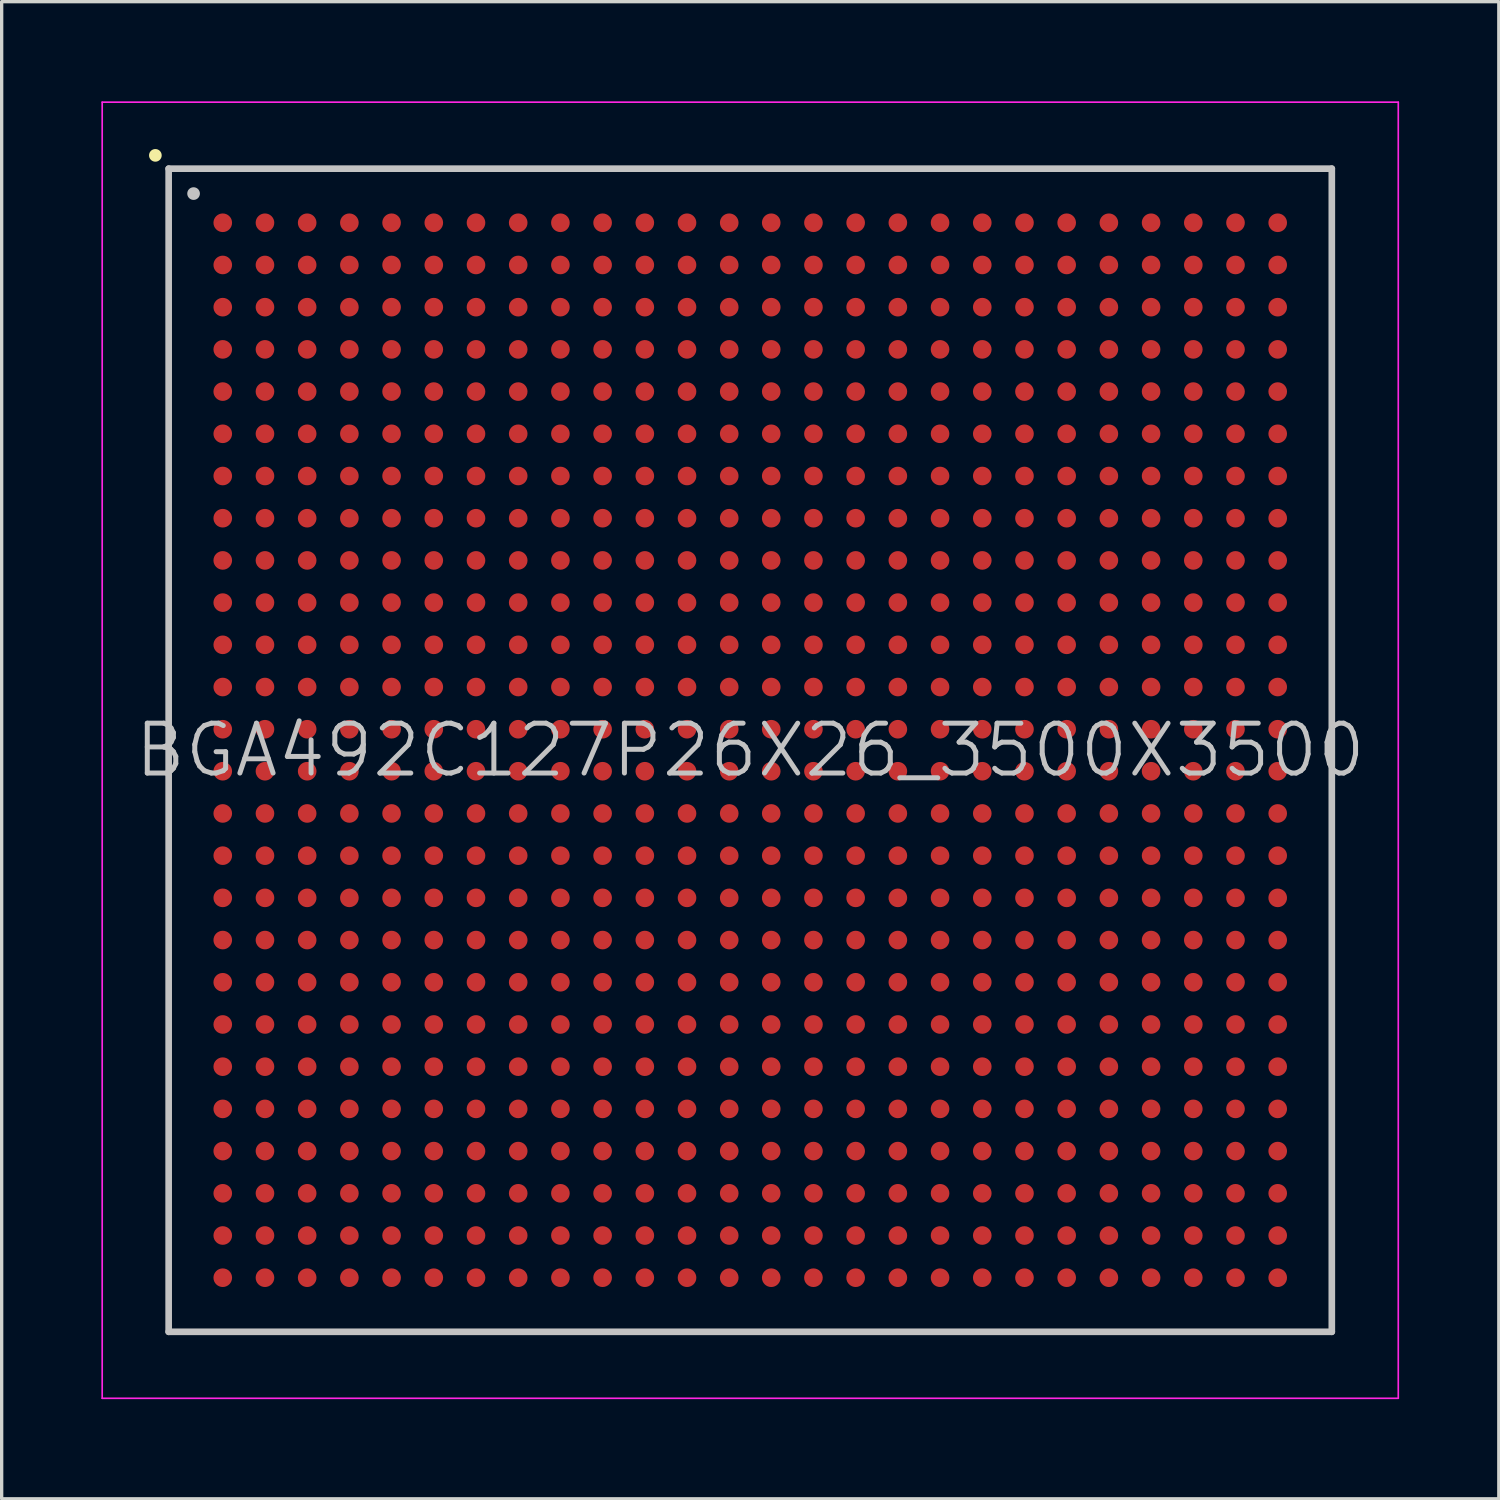
<source format=kicad_pcb>
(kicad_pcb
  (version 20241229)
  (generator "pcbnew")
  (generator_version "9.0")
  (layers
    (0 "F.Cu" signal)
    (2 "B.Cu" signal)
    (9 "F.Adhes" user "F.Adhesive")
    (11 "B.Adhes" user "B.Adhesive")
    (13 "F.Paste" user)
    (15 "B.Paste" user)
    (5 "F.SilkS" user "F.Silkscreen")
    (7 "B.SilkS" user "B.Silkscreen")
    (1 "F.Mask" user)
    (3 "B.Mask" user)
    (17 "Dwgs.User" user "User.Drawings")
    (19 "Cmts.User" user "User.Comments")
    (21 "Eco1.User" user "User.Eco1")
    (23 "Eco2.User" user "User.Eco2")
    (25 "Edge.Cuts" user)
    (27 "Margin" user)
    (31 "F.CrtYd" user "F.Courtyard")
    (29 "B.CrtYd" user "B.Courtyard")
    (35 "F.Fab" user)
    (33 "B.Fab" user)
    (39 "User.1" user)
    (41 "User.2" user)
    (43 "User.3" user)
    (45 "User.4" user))
  (footprint "BGA492C127P26X26_3500X3500"
    (layer "F.Cu")
    (at 19.525 19.525)
    (property "Reference" "BGA492C127P26X26_3500X3500" (at 0 0 0) (layer "Dwgs.User") (effects (font (size 1.5 1.5) (thickness 0.15))))
    (attr smd)
    (fp_line (start -17.9 -17.9) (end -17.9 -17.9) (stroke (width 0.381) (type solid)) (layer "F.SilkS"))
    (fp_line (start -17.5 -17.5) (end -17.5 17.5) (stroke (width 0.2) (type solid)) (layer "Dwgs.User"))
    (fp_line (start -17.5 -17.5) (end 17.5 -17.5) (stroke (width 0.2) (type solid)) (layer "Dwgs.User"))
    (fp_line (start -17.5 17.5) (end 17.5 17.5) (stroke (width 0.2) (type solid)) (layer "Dwgs.User"))
    (fp_line (start -16.75 -16.75) (end -16.75 -16.75) (stroke (width 0.381) (type solid)) (layer "Dwgs.User"))
    (fp_line (start 17.5 -17.5) (end 17.5 17.5) (stroke (width 0.2) (type solid)) (layer "Dwgs.User"))
    (fp_line (start -19.5 -19.5) (end -19.5 19.5) (stroke (width 0.05) (type solid)) (layer "F.CrtYd"))
    (fp_line (start -19.5 -19.5) (end 19.5 -19.5) (stroke (width 0.05) (type solid)) (layer "F.CrtYd"))
    (fp_line (start -19.5 19.5) (end 19.5 19.5) (stroke (width 0.05) (type solid)) (layer "F.CrtYd"))
    (fp_line (start 19.5 -19.5) (end 19.5 19.5) (stroke (width 0.05) (type solid)) (layer "F.CrtYd"))
    (pad "A1" smd circle (at -15.872 -15.872 270) (size 0.56 0.56) (layers "F.Cu" "F.Mask" "F.Paste"))
    (pad "A2" smd circle (at -14.602 -15.872 270) (size 0.56 0.56) (layers "F.Cu" "F.Mask" "F.Paste"))
    (pad "A3" smd circle (at -13.332 -15.872 270) (size 0.56 0.56) (layers "F.Cu" "F.Mask" "F.Paste"))
    (pad "A4" smd circle (at -12.062 -15.872 270) (size 0.56 0.56) (layers "F.Cu" "F.Mask" "F.Paste"))
    (pad "A5" smd circle (at -10.792 -15.872 270) (size 0.56 0.56) (layers "F.Cu" "F.Mask" "F.Paste"))
    (pad "A6" smd circle (at -9.522 -15.872 270) (size 0.56 0.56) (layers "F.Cu" "F.Mask" "F.Paste"))
    (pad "A7" smd circle (at -8.252 -15.872 270) (size 0.56 0.56) (layers "F.Cu" "F.Mask" "F.Paste"))
    (pad "A8" smd circle (at -6.982 -15.872 270) (size 0.56 0.56) (layers "F.Cu" "F.Mask" "F.Paste"))
    (pad "A9" smd circle (at -5.712 -15.872 270) (size 0.56 0.56) (layers "F.Cu" "F.Mask" "F.Paste"))
    (pad "A10" smd circle (at -4.442 -15.872 270) (size 0.56 0.56) (layers "F.Cu" "F.Mask" "F.Paste"))
    (pad "A11" smd circle (at -3.172 -15.872 270) (size 0.56 0.56) (layers "F.Cu" "F.Mask" "F.Paste"))
    (pad "A12" smd circle (at -1.902 -15.872 270) (size 0.56 0.56) (layers "F.Cu" "F.Mask" "F.Paste"))
    (pad "A13" smd circle (at -0.632 -15.872 270) (size 0.56 0.56) (layers "F.Cu" "F.Mask" "F.Paste"))
    (pad "A14" smd circle (at 0.632 -15.872 270) (size 0.56 0.56) (layers "F.Cu" "F.Mask" "F.Paste"))
    (pad "A15" smd circle (at 1.902 -15.872 270) (size 0.56 0.56) (layers "F.Cu" "F.Mask" "F.Paste"))
    (pad "A16" smd circle (at 3.172 -15.872 270) (size 0.56 0.56) (layers "F.Cu" "F.Mask" "F.Paste"))
    (pad "A17" smd circle (at 4.442 -15.872 270) (size 0.56 0.56) (layers "F.Cu" "F.Mask" "F.Paste"))
    (pad "A18" smd circle (at 5.712 -15.872 270) (size 0.56 0.56) (layers "F.Cu" "F.Mask" "F.Paste"))
    (pad "A19" smd circle (at 6.982 -15.872 270) (size 0.56 0.56) (layers "F.Cu" "F.Mask" "F.Paste"))
    (pad "A20" smd circle (at 8.252 -15.872 270) (size 0.56 0.56) (layers "F.Cu" "F.Mask" "F.Paste"))
    (pad "A21" smd circle (at 9.522 -15.872 270) (size 0.56 0.56) (layers "F.Cu" "F.Mask" "F.Paste"))
    (pad "A22" smd circle (at 10.792 -15.872 270) (size 0.56 0.56) (layers "F.Cu" "F.Mask" "F.Paste"))
    (pad "A23" smd circle (at 12.062 -15.872 270) (size 0.56 0.56) (layers "F.Cu" "F.Mask" "F.Paste"))
    (pad "A24" smd circle (at 13.332 -15.872 270) (size 0.56 0.56) (layers "F.Cu" "F.Mask" "F.Paste"))
    (pad "A25" smd circle (at 14.602 -15.872 270) (size 0.56 0.56) (layers "F.Cu" "F.Mask" "F.Paste"))
    (pad "A26" smd circle (at 15.872 -15.872 270) (size 0.56 0.56) (layers "F.Cu" "F.Mask" "F.Paste"))
    (pad "AA1" smd circle (at -15.872 9.522 270) (size 0.56 0.56) (layers "F.Cu" "F.Mask" "F.Paste"))
    (pad "AA2" smd circle (at -14.602 9.522 270) (size 0.56 0.56) (layers "F.Cu" "F.Mask" "F.Paste"))
    (pad "AA3" smd circle (at -13.332 9.522 270) (size 0.56 0.56) (layers "F.Cu" "F.Mask" "F.Paste"))
    (pad "AA4" smd circle (at -12.062 9.522 270) (size 0.56 0.56) (layers "F.Cu" "F.Mask" "F.Paste"))
    (pad "AA5" smd circle (at -10.792 9.522 270) (size 0.56 0.56) (layers "F.Cu" "F.Mask" "F.Paste"))
    (pad "AA6" smd circle (at -9.522 9.522 270) (size 0.56 0.56) (layers "F.Cu" "F.Mask" "F.Paste"))
    (pad "AA7" smd circle (at -8.252 9.522 270) (size 0.56 0.56) (layers "F.Cu" "F.Mask" "F.Paste"))
    (pad "AA8" smd circle (at -6.982 9.522 270) (size 0.56 0.56) (layers "F.Cu" "F.Mask" "F.Paste"))
    (pad "AA9" smd circle (at -5.712 9.522 270) (size 0.56 0.56) (layers "F.Cu" "F.Mask" "F.Paste"))
    (pad "AA10" smd circle (at -4.442 9.522 270) (size 0.56 0.56) (layers "F.Cu" "F.Mask" "F.Paste"))
    (pad "AA11" smd circle (at -3.172 9.522 270) (size 0.56 0.56) (layers "F.Cu" "F.Mask" "F.Paste"))
    (pad "AA12" smd circle (at -1.902 9.522 270) (size 0.56 0.56) (layers "F.Cu" "F.Mask" "F.Paste"))
    (pad "AA13" smd circle (at -0.632 9.522 270) (size 0.56 0.56) (layers "F.Cu" "F.Mask" "F.Paste"))
    (pad "AA14" smd circle (at 0.632 9.522 270) (size 0.56 0.56) (layers "F.Cu" "F.Mask" "F.Paste"))
    (pad "AA15" smd circle (at 1.902 9.522 270) (size 0.56 0.56) (layers "F.Cu" "F.Mask" "F.Paste"))
    (pad "AA16" smd circle (at 3.172 9.522 270) (size 0.56 0.56) (layers "F.Cu" "F.Mask" "F.Paste"))
    (pad "AA17" smd circle (at 4.442 9.522 270) (size 0.56 0.56) (layers "F.Cu" "F.Mask" "F.Paste"))
    (pad "AA18" smd circle (at 5.712 9.522 270) (size 0.56 0.56) (layers "F.Cu" "F.Mask" "F.Paste"))
    (pad "AA19" smd circle (at 6.982 9.522 270) (size 0.56 0.56) (layers "F.Cu" "F.Mask" "F.Paste"))
    (pad "AA20" smd circle (at 8.252 9.522 270) (size 0.56 0.56) (layers "F.Cu" "F.Mask" "F.Paste"))
    (pad "AA21" smd circle (at 9.522 9.522 270) (size 0.56 0.56) (layers "F.Cu" "F.Mask" "F.Paste"))
    (pad "AA22" smd circle (at 10.792 9.522 270) (size 0.56 0.56) (layers "F.Cu" "F.Mask" "F.Paste"))
    (pad "AA23" smd circle (at 12.062 9.522 270) (size 0.56 0.56) (layers "F.Cu" "F.Mask" "F.Paste"))
    (pad "AA24" smd circle (at 13.332 9.522 270) (size 0.56 0.56) (layers "F.Cu" "F.Mask" "F.Paste"))
    (pad "AA25" smd circle (at 14.602 9.522 270) (size 0.56 0.56) (layers "F.Cu" "F.Mask" "F.Paste"))
    (pad "AA26" smd circle (at 15.872 9.522 270) (size 0.56 0.56) (layers "F.Cu" "F.Mask" "F.Paste"))
    (pad "AB1" smd circle (at -15.872 10.792 270) (size 0.56 0.56) (layers "F.Cu" "F.Mask" "F.Paste"))
    (pad "AB2" smd circle (at -14.602 10.792 270) (size 0.56 0.56) (layers "F.Cu" "F.Mask" "F.Paste"))
    (pad "AB3" smd circle (at -13.332 10.792 270) (size 0.56 0.56) (layers "F.Cu" "F.Mask" "F.Paste"))
    (pad "AB4" smd circle (at -12.062 10.792 270) (size 0.56 0.56) (layers "F.Cu" "F.Mask" "F.Paste"))
    (pad "AB5" smd circle (at -10.792 10.792 270) (size 0.56 0.56) (layers "F.Cu" "F.Mask" "F.Paste"))
    (pad "AB6" smd circle (at -9.522 10.792 270) (size 0.56 0.56) (layers "F.Cu" "F.Mask" "F.Paste"))
    (pad "AB7" smd circle (at -8.252 10.792 270) (size 0.56 0.56) (layers "F.Cu" "F.Mask" "F.Paste"))
    (pad "AB8" smd circle (at -6.982 10.792 270) (size 0.56 0.56) (layers "F.Cu" "F.Mask" "F.Paste"))
    (pad "AB9" smd circle (at -5.712 10.792 270) (size 0.56 0.56) (layers "F.Cu" "F.Mask" "F.Paste"))
    (pad "AB10" smd circle (at -4.442 10.792 270) (size 0.56 0.56) (layers "F.Cu" "F.Mask" "F.Paste"))
    (pad "AB11" smd circle (at -3.172 10.792 270) (size 0.56 0.56) (layers "F.Cu" "F.Mask" "F.Paste"))
    (pad "AB12" smd circle (at -1.902 10.792 270) (size 0.56 0.56) (layers "F.Cu" "F.Mask" "F.Paste"))
    (pad "AB13" smd circle (at -0.632 10.792 270) (size 0.56 0.56) (layers "F.Cu" "F.Mask" "F.Paste"))
    (pad "AB14" smd circle (at 0.632 10.792 270) (size 0.56 0.56) (layers "F.Cu" "F.Mask" "F.Paste"))
    (pad "AB15" smd circle (at 1.902 10.792 270) (size 0.56 0.56) (layers "F.Cu" "F.Mask" "F.Paste"))
    (pad "AB16" smd circle (at 3.172 10.792 270) (size 0.56 0.56) (layers "F.Cu" "F.Mask" "F.Paste"))
    (pad "AB17" smd circle (at 4.442 10.792 270) (size 0.56 0.56) (layers "F.Cu" "F.Mask" "F.Paste"))
    (pad "AB18" smd circle (at 5.712 10.792 270) (size 0.56 0.56) (layers "F.Cu" "F.Mask" "F.Paste"))
    (pad "AB19" smd circle (at 6.982 10.792 270) (size 0.56 0.56) (layers "F.Cu" "F.Mask" "F.Paste"))
    (pad "AB20" smd circle (at 8.252 10.792 270) (size 0.56 0.56) (layers "F.Cu" "F.Mask" "F.Paste"))
    (pad "AB21" smd circle (at 9.522 10.792 270) (size 0.56 0.56) (layers "F.Cu" "F.Mask" "F.Paste"))
    (pad "AB22" smd circle (at 10.792 10.792 270) (size 0.56 0.56) (layers "F.Cu" "F.Mask" "F.Paste"))
    (pad "AB23" smd circle (at 12.062 10.792 270) (size 0.56 0.56) (layers "F.Cu" "F.Mask" "F.Paste"))
    (pad "AB24" smd circle (at 13.332 10.792 270) (size 0.56 0.56) (layers "F.Cu" "F.Mask" "F.Paste"))
    (pad "AB25" smd circle (at 14.602 10.792 270) (size 0.56 0.56) (layers "F.Cu" "F.Mask" "F.Paste"))
    (pad "AB26" smd circle (at 15.872 10.792 270) (size 0.56 0.56) (layers "F.Cu" "F.Mask" "F.Paste"))
    (pad "AC1" smd circle (at -15.872 12.062 270) (size 0.56 0.56) (layers "F.Cu" "F.Mask" "F.Paste"))
    (pad "AC2" smd circle (at -14.602 12.062 270) (size 0.56 0.56) (layers "F.Cu" "F.Mask" "F.Paste"))
    (pad "AC3" smd circle (at -13.332 12.062 270) (size 0.56 0.56) (layers "F.Cu" "F.Mask" "F.Paste"))
    (pad "AC4" smd circle (at -12.062 12.062 270) (size 0.56 0.56) (layers "F.Cu" "F.Mask" "F.Paste"))
    (pad "AC5" smd circle (at -10.792 12.062 270) (size 0.56 0.56) (layers "F.Cu" "F.Mask" "F.Paste"))
    (pad "AC6" smd circle (at -9.522 12.062 270) (size 0.56 0.56) (layers "F.Cu" "F.Mask" "F.Paste"))
    (pad "AC7" smd circle (at -8.252 12.062 270) (size 0.56 0.56) (layers "F.Cu" "F.Mask" "F.Paste"))
    (pad "AC8" smd circle (at -6.982 12.062 270) (size 0.56 0.56) (layers "F.Cu" "F.Mask" "F.Paste"))
    (pad "AC9" smd circle (at -5.712 12.062 270) (size 0.56 0.56) (layers "F.Cu" "F.Mask" "F.Paste"))
    (pad "AC10" smd circle (at -4.442 12.062 270) (size 0.56 0.56) (layers "F.Cu" "F.Mask" "F.Paste"))
    (pad "AC11" smd circle (at -3.172 12.062 270) (size 0.56 0.56) (layers "F.Cu" "F.Mask" "F.Paste"))
    (pad "AC12" smd circle (at -1.902 12.062 270) (size 0.56 0.56) (layers "F.Cu" "F.Mask" "F.Paste"))
    (pad "AC13" smd circle (at -0.632 12.062 270) (size 0.56 0.56) (layers "F.Cu" "F.Mask" "F.Paste"))
    (pad "AC14" smd circle (at 0.632 12.062 270) (size 0.56 0.56) (layers "F.Cu" "F.Mask" "F.Paste"))
    (pad "AC15" smd circle (at 1.902 12.062 270) (size 0.56 0.56) (layers "F.Cu" "F.Mask" "F.Paste"))
    (pad "AC16" smd circle (at 3.172 12.062 270) (size 0.56 0.56) (layers "F.Cu" "F.Mask" "F.Paste"))
    (pad "AC17" smd circle (at 4.442 12.062 270) (size 0.56 0.56) (layers "F.Cu" "F.Mask" "F.Paste"))
    (pad "AC18" smd circle (at 5.712 12.062 270) (size 0.56 0.56) (layers "F.Cu" "F.Mask" "F.Paste"))
    (pad "AC19" smd circle (at 6.982 12.062 270) (size 0.56 0.56) (layers "F.Cu" "F.Mask" "F.Paste"))
    (pad "AC20" smd circle (at 8.252 12.062 270) (size 0.56 0.56) (layers "F.Cu" "F.Mask" "F.Paste"))
    (pad "AC21" smd circle (at 9.522 12.062 270) (size 0.56 0.56) (layers "F.Cu" "F.Mask" "F.Paste"))
    (pad "AC22" smd circle (at 10.792 12.062 270) (size 0.56 0.56) (layers "F.Cu" "F.Mask" "F.Paste"))
    (pad "AC23" smd circle (at 12.062 12.062 270) (size 0.56 0.56) (layers "F.Cu" "F.Mask" "F.Paste"))
    (pad "AC24" smd circle (at 13.332 12.062 270) (size 0.56 0.56) (layers "F.Cu" "F.Mask" "F.Paste"))
    (pad "AC25" smd circle (at 14.602 12.062 270) (size 0.56 0.56) (layers "F.Cu" "F.Mask" "F.Paste"))
    (pad "AC26" smd circle (at 15.872 12.062 270) (size 0.56 0.56) (layers "F.Cu" "F.Mask" "F.Paste"))
    (pad "AD1" smd circle (at -15.872 13.332 270) (size 0.56 0.56) (layers "F.Cu" "F.Mask" "F.Paste"))
    (pad "AD2" smd circle (at -14.602 13.332 270) (size 0.56 0.56) (layers "F.Cu" "F.Mask" "F.Paste"))
    (pad "AD3" smd circle (at -13.332 13.332 270) (size 0.56 0.56) (layers "F.Cu" "F.Mask" "F.Paste"))
    (pad "AD4" smd circle (at -12.062 13.332 270) (size 0.56 0.56) (layers "F.Cu" "F.Mask" "F.Paste"))
    (pad "AD5" smd circle (at -10.792 13.332 270) (size 0.56 0.56) (layers "F.Cu" "F.Mask" "F.Paste"))
    (pad "AD6" smd circle (at -9.522 13.332 270) (size 0.56 0.56) (layers "F.Cu" "F.Mask" "F.Paste"))
    (pad "AD7" smd circle (at -8.252 13.332 270) (size 0.56 0.56) (layers "F.Cu" "F.Mask" "F.Paste"))
    (pad "AD8" smd circle (at -6.982 13.332 270) (size 0.56 0.56) (layers "F.Cu" "F.Mask" "F.Paste"))
    (pad "AD9" smd circle (at -5.712 13.332 270) (size 0.56 0.56) (layers "F.Cu" "F.Mask" "F.Paste"))
    (pad "AD10" smd circle (at -4.442 13.332 270) (size 0.56 0.56) (layers "F.Cu" "F.Mask" "F.Paste"))
    (pad "AD11" smd circle (at -3.172 13.332 270) (size 0.56 0.56) (layers "F.Cu" "F.Mask" "F.Paste"))
    (pad "AD12" smd circle (at -1.902 13.332 270) (size 0.56 0.56) (layers "F.Cu" "F.Mask" "F.Paste"))
    (pad "AD13" smd circle (at -0.632 13.332 270) (size 0.56 0.56) (layers "F.Cu" "F.Mask" "F.Paste"))
    (pad "AD14" smd circle (at 0.632 13.332 270) (size 0.56 0.56) (layers "F.Cu" "F.Mask" "F.Paste"))
    (pad "AD15" smd circle (at 1.902 13.332 270) (size 0.56 0.56) (layers "F.Cu" "F.Mask" "F.Paste"))
    (pad "AD16" smd circle (at 3.172 13.332 270) (size 0.56 0.56) (layers "F.Cu" "F.Mask" "F.Paste"))
    (pad "AD17" smd circle (at 4.442 13.332 270) (size 0.56 0.56) (layers "F.Cu" "F.Mask" "F.Paste"))
    (pad "AD18" smd circle (at 5.712 13.332 270) (size 0.56 0.56) (layers "F.Cu" "F.Mask" "F.Paste"))
    (pad "AD19" smd circle (at 6.982 13.332 270) (size 0.56 0.56) (layers "F.Cu" "F.Mask" "F.Paste"))
    (pad "AD20" smd circle (at 8.252 13.332 270) (size 0.56 0.56) (layers "F.Cu" "F.Mask" "F.Paste"))
    (pad "AD21" smd circle (at 9.522 13.332 270) (size 0.56 0.56) (layers "F.Cu" "F.Mask" "F.Paste"))
    (pad "AD22" smd circle (at 10.792 13.332 270) (size 0.56 0.56) (layers "F.Cu" "F.Mask" "F.Paste"))
    (pad "AD23" smd circle (at 12.062 13.332 270) (size 0.56 0.56) (layers "F.Cu" "F.Mask" "F.Paste"))
    (pad "AD24" smd circle (at 13.332 13.332 270) (size 0.56 0.56) (layers "F.Cu" "F.Mask" "F.Paste"))
    (pad "AD25" smd circle (at 14.602 13.332 270) (size 0.56 0.56) (layers "F.Cu" "F.Mask" "F.Paste"))
    (pad "AD26" smd circle (at 15.872 13.332 270) (size 0.56 0.56) (layers "F.Cu" "F.Mask" "F.Paste"))
    (pad "AE1" smd circle (at -15.872 14.602 270) (size 0.56 0.56) (layers "F.Cu" "F.Mask" "F.Paste"))
    (pad "AE2" smd circle (at -14.602 14.602 270) (size 0.56 0.56) (layers "F.Cu" "F.Mask" "F.Paste"))
    (pad "AE3" smd circle (at -13.332 14.602 270) (size 0.56 0.56) (layers "F.Cu" "F.Mask" "F.Paste"))
    (pad "AE4" smd circle (at -12.062 14.602 270) (size 0.56 0.56) (layers "F.Cu" "F.Mask" "F.Paste"))
    (pad "AE5" smd circle (at -10.792 14.602 270) (size 0.56 0.56) (layers "F.Cu" "F.Mask" "F.Paste"))
    (pad "AE6" smd circle (at -9.522 14.602 270) (size 0.56 0.56) (layers "F.Cu" "F.Mask" "F.Paste"))
    (pad "AE7" smd circle (at -8.252 14.602 270) (size 0.56 0.56) (layers "F.Cu" "F.Mask" "F.Paste"))
    (pad "AE8" smd circle (at -6.982 14.602 270) (size 0.56 0.56) (layers "F.Cu" "F.Mask" "F.Paste"))
    (pad "AE9" smd circle (at -5.712 14.602 270) (size 0.56 0.56) (layers "F.Cu" "F.Mask" "F.Paste"))
    (pad "AE10" smd circle (at -4.442 14.602 270) (size 0.56 0.56) (layers "F.Cu" "F.Mask" "F.Paste"))
    (pad "AE11" smd circle (at -3.172 14.602 270) (size 0.56 0.56) (layers "F.Cu" "F.Mask" "F.Paste"))
    (pad "AE12" smd circle (at -1.902 14.602 270) (size 0.56 0.56) (layers "F.Cu" "F.Mask" "F.Paste"))
    (pad "AE13" smd circle (at -0.632 14.602 270) (size 0.56 0.56) (layers "F.Cu" "F.Mask" "F.Paste"))
    (pad "AE14" smd circle (at 0.632 14.602 270) (size 0.56 0.56) (layers "F.Cu" "F.Mask" "F.Paste"))
    (pad "AE15" smd circle (at 1.902 14.602 270) (size 0.56 0.56) (layers "F.Cu" "F.Mask" "F.Paste"))
    (pad "AE16" smd circle (at 3.172 14.602 270) (size 0.56 0.56) (layers "F.Cu" "F.Mask" "F.Paste"))
    (pad "AE17" smd circle (at 4.442 14.602 270) (size 0.56 0.56) (layers "F.Cu" "F.Mask" "F.Paste"))
    (pad "AE18" smd circle (at 5.712 14.602 270) (size 0.56 0.56) (layers "F.Cu" "F.Mask" "F.Paste"))
    (pad "AE19" smd circle (at 6.982 14.602 270) (size 0.56 0.56) (layers "F.Cu" "F.Mask" "F.Paste"))
    (pad "AE20" smd circle (at 8.252 14.602 270) (size 0.56 0.56) (layers "F.Cu" "F.Mask" "F.Paste"))
    (pad "AE21" smd circle (at 9.522 14.602 270) (size 0.56 0.56) (layers "F.Cu" "F.Mask" "F.Paste"))
    (pad "AE22" smd circle (at 10.792 14.602 270) (size 0.56 0.56) (layers "F.Cu" "F.Mask" "F.Paste"))
    (pad "AE23" smd circle (at 12.062 14.602 270) (size 0.56 0.56) (layers "F.Cu" "F.Mask" "F.Paste"))
    (pad "AE24" smd circle (at 13.332 14.602 270) (size 0.56 0.56) (layers "F.Cu" "F.Mask" "F.Paste"))
    (pad "AE25" smd circle (at 14.602 14.602 270) (size 0.56 0.56) (layers "F.Cu" "F.Mask" "F.Paste"))
    (pad "AE26" smd circle (at 15.872 14.602 270) (size 0.56 0.56) (layers "F.Cu" "F.Mask" "F.Paste"))
    (pad "AF1" smd circle (at -15.872 15.872 270) (size 0.56 0.56) (layers "F.Cu" "F.Mask" "F.Paste"))
    (pad "AF2" smd circle (at -14.602 15.872 270) (size 0.56 0.56) (layers "F.Cu" "F.Mask" "F.Paste"))
    (pad "AF3" smd circle (at -13.332 15.872 270) (size 0.56 0.56) (layers "F.Cu" "F.Mask" "F.Paste"))
    (pad "AF4" smd circle (at -12.062 15.872 270) (size 0.56 0.56) (layers "F.Cu" "F.Mask" "F.Paste"))
    (pad "AF5" smd circle (at -10.792 15.872 270) (size 0.56 0.56) (layers "F.Cu" "F.Mask" "F.Paste"))
    (pad "AF6" smd circle (at -9.522 15.872 270) (size 0.56 0.56) (layers "F.Cu" "F.Mask" "F.Paste"))
    (pad "AF7" smd circle (at -8.252 15.872 270) (size 0.56 0.56) (layers "F.Cu" "F.Mask" "F.Paste"))
    (pad "AF8" smd circle (at -6.982 15.872 270) (size 0.56 0.56) (layers "F.Cu" "F.Mask" "F.Paste"))
    (pad "AF9" smd circle (at -5.712 15.872 270) (size 0.56 0.56) (layers "F.Cu" "F.Mask" "F.Paste"))
    (pad "AF10" smd circle (at -4.442 15.872 270) (size 0.56 0.56) (layers "F.Cu" "F.Mask" "F.Paste"))
    (pad "AF11" smd circle (at -3.172 15.872 270) (size 0.56 0.56) (layers "F.Cu" "F.Mask" "F.Paste"))
    (pad "AF12" smd circle (at -1.902 15.872 270) (size 0.56 0.56) (layers "F.Cu" "F.Mask" "F.Paste"))
    (pad "AF13" smd circle (at -0.632 15.872 270) (size 0.56 0.56) (layers "F.Cu" "F.Mask" "F.Paste"))
    (pad "AF14" smd circle (at 0.632 15.872 270) (size 0.56 0.56) (layers "F.Cu" "F.Mask" "F.Paste"))
    (pad "AF15" smd circle (at 1.902 15.872 270) (size 0.56 0.56) (layers "F.Cu" "F.Mask" "F.Paste"))
    (pad "AF16" smd circle (at 3.172 15.872 270) (size 0.56 0.56) (layers "F.Cu" "F.Mask" "F.Paste"))
    (pad "AF17" smd circle (at 4.442 15.872 270) (size 0.56 0.56) (layers "F.Cu" "F.Mask" "F.Paste"))
    (pad "AF18" smd circle (at 5.712 15.872 270) (size 0.56 0.56) (layers "F.Cu" "F.Mask" "F.Paste"))
    (pad "AF19" smd circle (at 6.982 15.872 270) (size 0.56 0.56) (layers "F.Cu" "F.Mask" "F.Paste"))
    (pad "AF20" smd circle (at 8.252 15.872 270) (size 0.56 0.56) (layers "F.Cu" "F.Mask" "F.Paste"))
    (pad "AF21" smd circle (at 9.522 15.872 270) (size 0.56 0.56) (layers "F.Cu" "F.Mask" "F.Paste"))
    (pad "AF22" smd circle (at 10.792 15.872 270) (size 0.56 0.56) (layers "F.Cu" "F.Mask" "F.Paste"))
    (pad "AF23" smd circle (at 12.062 15.872 270) (size 0.56 0.56) (layers "F.Cu" "F.Mask" "F.Paste"))
    (pad "AF24" smd circle (at 13.332 15.872 270) (size 0.56 0.56) (layers "F.Cu" "F.Mask" "F.Paste"))
    (pad "AF25" smd circle (at 14.602 15.872 270) (size 0.56 0.56) (layers "F.Cu" "F.Mask" "F.Paste"))
    (pad "AF26" smd circle (at 15.872 15.872 270) (size 0.56 0.56) (layers "F.Cu" "F.Mask" "F.Paste"))
    (pad "B1" smd circle (at -15.872 -14.602 270) (size 0.56 0.56) (layers "F.Cu" "F.Mask" "F.Paste"))
    (pad "B2" smd circle (at -14.602 -14.602 270) (size 0.56 0.56) (layers "F.Cu" "F.Mask" "F.Paste"))
    (pad "B3" smd circle (at -13.332 -14.602 270) (size 0.56 0.56) (layers "F.Cu" "F.Mask" "F.Paste"))
    (pad "B4" smd circle (at -12.062 -14.602 270) (size 0.56 0.56) (layers "F.Cu" "F.Mask" "F.Paste"))
    (pad "B5" smd circle (at -10.792 -14.602 270) (size 0.56 0.56) (layers "F.Cu" "F.Mask" "F.Paste"))
    (pad "B6" smd circle (at -9.522 -14.602 270) (size 0.56 0.56) (layers "F.Cu" "F.Mask" "F.Paste"))
    (pad "B7" smd circle (at -8.252 -14.602 270) (size 0.56 0.56) (layers "F.Cu" "F.Mask" "F.Paste"))
    (pad "B8" smd circle (at -6.982 -14.602 270) (size 0.56 0.56) (layers "F.Cu" "F.Mask" "F.Paste"))
    (pad "B9" smd circle (at -5.712 -14.602 270) (size 0.56 0.56) (layers "F.Cu" "F.Mask" "F.Paste"))
    (pad "B10" smd circle (at -4.442 -14.602 270) (size 0.56 0.56) (layers "F.Cu" "F.Mask" "F.Paste"))
    (pad "B11" smd circle (at -3.172 -14.602 270) (size 0.56 0.56) (layers "F.Cu" "F.Mask" "F.Paste"))
    (pad "B12" smd circle (at -1.902 -14.602 270) (size 0.56 0.56) (layers "F.Cu" "F.Mask" "F.Paste"))
    (pad "B13" smd circle (at -0.632 -14.602 270) (size 0.56 0.56) (layers "F.Cu" "F.Mask" "F.Paste"))
    (pad "B14" smd circle (at 0.632 -14.602 270) (size 0.56 0.56) (layers "F.Cu" "F.Mask" "F.Paste"))
    (pad "B15" smd circle (at 1.902 -14.602 270) (size 0.56 0.56) (layers "F.Cu" "F.Mask" "F.Paste"))
    (pad "B16" smd circle (at 3.172 -14.602 270) (size 0.56 0.56) (layers "F.Cu" "F.Mask" "F.Paste"))
    (pad "B17" smd circle (at 4.442 -14.602 270) (size 0.56 0.56) (layers "F.Cu" "F.Mask" "F.Paste"))
    (pad "B18" smd circle (at 5.712 -14.602 270) (size 0.56 0.56) (layers "F.Cu" "F.Mask" "F.Paste"))
    (pad "B19" smd circle (at 6.982 -14.602 270) (size 0.56 0.56) (layers "F.Cu" "F.Mask" "F.Paste"))
    (pad "B20" smd circle (at 8.252 -14.602 270) (size 0.56 0.56) (layers "F.Cu" "F.Mask" "F.Paste"))
    (pad "B21" smd circle (at 9.522 -14.602 270) (size 0.56 0.56) (layers "F.Cu" "F.Mask" "F.Paste"))
    (pad "B22" smd circle (at 10.792 -14.602 270) (size 0.56 0.56) (layers "F.Cu" "F.Mask" "F.Paste"))
    (pad "B23" smd circle (at 12.062 -14.602 270) (size 0.56 0.56) (layers "F.Cu" "F.Mask" "F.Paste"))
    (pad "B24" smd circle (at 13.332 -14.602 270) (size 0.56 0.56) (layers "F.Cu" "F.Mask" "F.Paste"))
    (pad "B25" smd circle (at 14.602 -14.602 270) (size 0.56 0.56) (layers "F.Cu" "F.Mask" "F.Paste"))
    (pad "B26" smd circle (at 15.872 -14.602 270) (size 0.56 0.56) (layers "F.Cu" "F.Mask" "F.Paste"))
    (pad "C1" smd circle (at -15.872 -13.332 270) (size 0.56 0.56) (layers "F.Cu" "F.Mask" "F.Paste"))
    (pad "C2" smd circle (at -14.602 -13.332 270) (size 0.56 0.56) (layers "F.Cu" "F.Mask" "F.Paste"))
    (pad "C3" smd circle (at -13.332 -13.332 270) (size 0.56 0.56) (layers "F.Cu" "F.Mask" "F.Paste"))
    (pad "C4" smd circle (at -12.062 -13.332 270) (size 0.56 0.56) (layers "F.Cu" "F.Mask" "F.Paste"))
    (pad "C5" smd circle (at -10.792 -13.332 270) (size 0.56 0.56) (layers "F.Cu" "F.Mask" "F.Paste"))
    (pad "C6" smd circle (at -9.522 -13.332 270) (size 0.56 0.56) (layers "F.Cu" "F.Mask" "F.Paste"))
    (pad "C7" smd circle (at -8.252 -13.332 270) (size 0.56 0.56) (layers "F.Cu" "F.Mask" "F.Paste"))
    (pad "C8" smd circle (at -6.982 -13.332 270) (size 0.56 0.56) (layers "F.Cu" "F.Mask" "F.Paste"))
    (pad "C9" smd circle (at -5.712 -13.332 270) (size 0.56 0.56) (layers "F.Cu" "F.Mask" "F.Paste"))
    (pad "C10" smd circle (at -4.442 -13.332 270) (size 0.56 0.56) (layers "F.Cu" "F.Mask" "F.Paste"))
    (pad "C11" smd circle (at -3.172 -13.332 270) (size 0.56 0.56) (layers "F.Cu" "F.Mask" "F.Paste"))
    (pad "C12" smd circle (at -1.902 -13.332 270) (size 0.56 0.56) (layers "F.Cu" "F.Mask" "F.Paste"))
    (pad "C13" smd circle (at -0.632 -13.332 270) (size 0.56 0.56) (layers "F.Cu" "F.Mask" "F.Paste"))
    (pad "C14" smd circle (at 0.632 -13.332 270) (size 0.56 0.56) (layers "F.Cu" "F.Mask" "F.Paste"))
    (pad "C15" smd circle (at 1.902 -13.332 270) (size 0.56 0.56) (layers "F.Cu" "F.Mask" "F.Paste"))
    (pad "C16" smd circle (at 3.172 -13.332 270) (size 0.56 0.56) (layers "F.Cu" "F.Mask" "F.Paste"))
    (pad "C17" smd circle (at 4.442 -13.332 270) (size 0.56 0.56) (layers "F.Cu" "F.Mask" "F.Paste"))
    (pad "C18" smd circle (at 5.712 -13.332 270) (size 0.56 0.56) (layers "F.Cu" "F.Mask" "F.Paste"))
    (pad "C19" smd circle (at 6.982 -13.332 270) (size 0.56 0.56) (layers "F.Cu" "F.Mask" "F.Paste"))
    (pad "C20" smd circle (at 8.252 -13.332 270) (size 0.56 0.56) (layers "F.Cu" "F.Mask" "F.Paste"))
    (pad "C21" smd circle (at 9.522 -13.332 270) (size 0.56 0.56) (layers "F.Cu" "F.Mask" "F.Paste"))
    (pad "C22" smd circle (at 10.792 -13.332 270) (size 0.56 0.56) (layers "F.Cu" "F.Mask" "F.Paste"))
    (pad "C23" smd circle (at 12.062 -13.332 270) (size 0.56 0.56) (layers "F.Cu" "F.Mask" "F.Paste"))
    (pad "C24" smd circle (at 13.332 -13.332 270) (size 0.56 0.56) (layers "F.Cu" "F.Mask" "F.Paste"))
    (pad "C25" smd circle (at 14.602 -13.332 270) (size 0.56 0.56) (layers "F.Cu" "F.Mask" "F.Paste"))
    (pad "C26" smd circle (at 15.872 -13.332 270) (size 0.56 0.56) (layers "F.Cu" "F.Mask" "F.Paste"))
    (pad "D1" smd circle (at -15.872 -12.062 270) (size 0.56 0.56) (layers "F.Cu" "F.Mask" "F.Paste"))
    (pad "D2" smd circle (at -14.602 -12.062 270) (size 0.56 0.56) (layers "F.Cu" "F.Mask" "F.Paste"))
    (pad "D3" smd circle (at -13.332 -12.062 270) (size 0.56 0.56) (layers "F.Cu" "F.Mask" "F.Paste"))
    (pad "D4" smd circle (at -12.062 -12.062 270) (size 0.56 0.56) (layers "F.Cu" "F.Mask" "F.Paste"))
    (pad "D5" smd circle (at -10.792 -12.062 270) (size 0.56 0.56) (layers "F.Cu" "F.Mask" "F.Paste"))
    (pad "D6" smd circle (at -9.522 -12.062 270) (size 0.56 0.56) (layers "F.Cu" "F.Mask" "F.Paste"))
    (pad "D7" smd circle (at -8.252 -12.062 270) (size 0.56 0.56) (layers "F.Cu" "F.Mask" "F.Paste"))
    (pad "D8" smd circle (at -6.982 -12.062 270) (size 0.56 0.56) (layers "F.Cu" "F.Mask" "F.Paste"))
    (pad "D9" smd circle (at -5.712 -12.062 270) (size 0.56 0.56) (layers "F.Cu" "F.Mask" "F.Paste"))
    (pad "D10" smd circle (at -4.442 -12.062 270) (size 0.56 0.56) (layers "F.Cu" "F.Mask" "F.Paste"))
    (pad "D11" smd circle (at -3.172 -12.062 270) (size 0.56 0.56) (layers "F.Cu" "F.Mask" "F.Paste"))
    (pad "D12" smd circle (at -1.902 -12.062 270) (size 0.56 0.56) (layers "F.Cu" "F.Mask" "F.Paste"))
    (pad "D13" smd circle (at -0.632 -12.062 270) (size 0.56 0.56) (layers "F.Cu" "F.Mask" "F.Paste"))
    (pad "D14" smd circle (at 0.632 -12.062 270) (size 0.56 0.56) (layers "F.Cu" "F.Mask" "F.Paste"))
    (pad "D15" smd circle (at 1.902 -12.062 270) (size 0.56 0.56) (layers "F.Cu" "F.Mask" "F.Paste"))
    (pad "D16" smd circle (at 3.172 -12.062 270) (size 0.56 0.56) (layers "F.Cu" "F.Mask" "F.Paste"))
    (pad "D17" smd circle (at 4.442 -12.062 270) (size 0.56 0.56) (layers "F.Cu" "F.Mask" "F.Paste"))
    (pad "D18" smd circle (at 5.712 -12.062 270) (size 0.56 0.56) (layers "F.Cu" "F.Mask" "F.Paste"))
    (pad "D19" smd circle (at 6.982 -12.062 270) (size 0.56 0.56) (layers "F.Cu" "F.Mask" "F.Paste"))
    (pad "D20" smd circle (at 8.252 -12.062 270) (size 0.56 0.56) (layers "F.Cu" "F.Mask" "F.Paste"))
    (pad "D21" smd circle (at 9.522 -12.062 270) (size 0.56 0.56) (layers "F.Cu" "F.Mask" "F.Paste"))
    (pad "D22" smd circle (at 10.792 -12.062 270) (size 0.56 0.56) (layers "F.Cu" "F.Mask" "F.Paste"))
    (pad "D23" smd circle (at 12.062 -12.062 270) (size 0.56 0.56) (layers "F.Cu" "F.Mask" "F.Paste"))
    (pad "D24" smd circle (at 13.332 -12.062 270) (size 0.56 0.56) (layers "F.Cu" "F.Mask" "F.Paste"))
    (pad "D25" smd circle (at 14.602 -12.062 270) (size 0.56 0.56) (layers "F.Cu" "F.Mask" "F.Paste"))
    (pad "D26" smd circle (at 15.872 -12.062 270) (size 0.56 0.56) (layers "F.Cu" "F.Mask" "F.Paste"))
    (pad "E1" smd circle (at -15.872 -10.792 270) (size 0.56 0.56) (layers "F.Cu" "F.Mask" "F.Paste"))
    (pad "E2" smd circle (at -14.602 -10.792 270) (size 0.56 0.56) (layers "F.Cu" "F.Mask" "F.Paste"))
    (pad "E3" smd circle (at -13.332 -10.792 270) (size 0.56 0.56) (layers "F.Cu" "F.Mask" "F.Paste"))
    (pad "E4" smd circle (at -12.062 -10.792 270) (size 0.56 0.56) (layers "F.Cu" "F.Mask" "F.Paste"))
    (pad "E5" smd circle (at -10.792 -10.792 270) (size 0.56 0.56) (layers "F.Cu" "F.Mask" "F.Paste"))
    (pad "E6" smd circle (at -9.522 -10.792 270) (size 0.56 0.56) (layers "F.Cu" "F.Mask" "F.Paste"))
    (pad "E7" smd circle (at -8.252 -10.792 270) (size 0.56 0.56) (layers "F.Cu" "F.Mask" "F.Paste"))
    (pad "E8" smd circle (at -6.982 -10.792 270) (size 0.56 0.56) (layers "F.Cu" "F.Mask" "F.Paste"))
    (pad "E9" smd circle (at -5.712 -10.792 270) (size 0.56 0.56) (layers "F.Cu" "F.Mask" "F.Paste"))
    (pad "E10" smd circle (at -4.442 -10.792 270) (size 0.56 0.56) (layers "F.Cu" "F.Mask" "F.Paste"))
    (pad "E11" smd circle (at -3.172 -10.792 270) (size 0.56 0.56) (layers "F.Cu" "F.Mask" "F.Paste"))
    (pad "E12" smd circle (at -1.902 -10.792 270) (size 0.56 0.56) (layers "F.Cu" "F.Mask" "F.Paste"))
    (pad "E13" smd circle (at -0.632 -10.792 270) (size 0.56 0.56) (layers "F.Cu" "F.Mask" "F.Paste"))
    (pad "E14" smd circle (at 0.632 -10.792 270) (size 0.56 0.56) (layers "F.Cu" "F.Mask" "F.Paste"))
    (pad "E15" smd circle (at 1.902 -10.792 270) (size 0.56 0.56) (layers "F.Cu" "F.Mask" "F.Paste"))
    (pad "E16" smd circle (at 3.172 -10.792 270) (size 0.56 0.56) (layers "F.Cu" "F.Mask" "F.Paste"))
    (pad "E17" smd circle (at 4.442 -10.792 270) (size 0.56 0.56) (layers "F.Cu" "F.Mask" "F.Paste"))
    (pad "E18" smd circle (at 5.712 -10.792 270) (size 0.56 0.56) (layers "F.Cu" "F.Mask" "F.Paste"))
    (pad "E19" smd circle (at 6.982 -10.792 270) (size 0.56 0.56) (layers "F.Cu" "F.Mask" "F.Paste"))
    (pad "E20" smd circle (at 8.252 -10.792 270) (size 0.56 0.56) (layers "F.Cu" "F.Mask" "F.Paste"))
    (pad "E21" smd circle (at 9.522 -10.792 270) (size 0.56 0.56) (layers "F.Cu" "F.Mask" "F.Paste"))
    (pad "E22" smd circle (at 10.792 -10.792 270) (size 0.56 0.56) (layers "F.Cu" "F.Mask" "F.Paste"))
    (pad "E23" smd circle (at 12.062 -10.792 270) (size 0.56 0.56) (layers "F.Cu" "F.Mask" "F.Paste"))
    (pad "E24" smd circle (at 13.332 -10.792 270) (size 0.56 0.56) (layers "F.Cu" "F.Mask" "F.Paste"))
    (pad "E25" smd circle (at 14.602 -10.792 270) (size 0.56 0.56) (layers "F.Cu" "F.Mask" "F.Paste"))
    (pad "E26" smd circle (at 15.872 -10.792 270) (size 0.56 0.56) (layers "F.Cu" "F.Mask" "F.Paste"))
    (pad "F1" smd circle (at -15.872 -9.522 270) (size 0.56 0.56) (layers "F.Cu" "F.Mask" "F.Paste"))
    (pad "F2" smd circle (at -14.602 -9.522 270) (size 0.56 0.56) (layers "F.Cu" "F.Mask" "F.Paste"))
    (pad "F3" smd circle (at -13.332 -9.522 270) (size 0.56 0.56) (layers "F.Cu" "F.Mask" "F.Paste"))
    (pad "F4" smd circle (at -12.062 -9.522 270) (size 0.56 0.56) (layers "F.Cu" "F.Mask" "F.Paste"))
    (pad "F5" smd circle (at -10.792 -9.522 270) (size 0.56 0.56) (layers "F.Cu" "F.Mask" "F.Paste"))
    (pad "F6" smd circle (at -9.522 -9.522 270) (size 0.56 0.56) (layers "F.Cu" "F.Mask" "F.Paste"))
    (pad "F7" smd circle (at -8.252 -9.522 270) (size 0.56 0.56) (layers "F.Cu" "F.Mask" "F.Paste"))
    (pad "F8" smd circle (at -6.982 -9.522 270) (size 0.56 0.56) (layers "F.Cu" "F.Mask" "F.Paste"))
    (pad "F9" smd circle (at -5.712 -9.522 270) (size 0.56 0.56) (layers "F.Cu" "F.Mask" "F.Paste"))
    (pad "F10" smd circle (at -4.442 -9.522 270) (size 0.56 0.56) (layers "F.Cu" "F.Mask" "F.Paste"))
    (pad "F11" smd circle (at -3.172 -9.522 270) (size 0.56 0.56) (layers "F.Cu" "F.Mask" "F.Paste"))
    (pad "F12" smd circle (at -1.902 -9.522 270) (size 0.56 0.56) (layers "F.Cu" "F.Mask" "F.Paste"))
    (pad "F13" smd circle (at -0.632 -9.522 270) (size 0.56 0.56) (layers "F.Cu" "F.Mask" "F.Paste"))
    (pad "F14" smd circle (at 0.632 -9.522 270) (size 0.56 0.56) (layers "F.Cu" "F.Mask" "F.Paste"))
    (pad "F15" smd circle (at 1.902 -9.522 270) (size 0.56 0.56) (layers "F.Cu" "F.Mask" "F.Paste"))
    (pad "F16" smd circle (at 3.172 -9.522 270) (size 0.56 0.56) (layers "F.Cu" "F.Mask" "F.Paste"))
    (pad "F17" smd circle (at 4.442 -9.522 270) (size 0.56 0.56) (layers "F.Cu" "F.Mask" "F.Paste"))
    (pad "F18" smd circle (at 5.712 -9.522 270) (size 0.56 0.56) (layers "F.Cu" "F.Mask" "F.Paste"))
    (pad "F19" smd circle (at 6.982 -9.522 270) (size 0.56 0.56) (layers "F.Cu" "F.Mask" "F.Paste"))
    (pad "F20" smd circle (at 8.252 -9.522 270) (size 0.56 0.56) (layers "F.Cu" "F.Mask" "F.Paste"))
    (pad "F21" smd circle (at 9.522 -9.522 270) (size 0.56 0.56) (layers "F.Cu" "F.Mask" "F.Paste"))
    (pad "F22" smd circle (at 10.792 -9.522 270) (size 0.56 0.56) (layers "F.Cu" "F.Mask" "F.Paste"))
    (pad "F23" smd circle (at 12.062 -9.522 270) (size 0.56 0.56) (layers "F.Cu" "F.Mask" "F.Paste"))
    (pad "F24" smd circle (at 13.332 -9.522 270) (size 0.56 0.56) (layers "F.Cu" "F.Mask" "F.Paste"))
    (pad "F25" smd circle (at 14.602 -9.522 270) (size 0.56 0.56) (layers "F.Cu" "F.Mask" "F.Paste"))
    (pad "F26" smd circle (at 15.872 -9.522 270) (size 0.56 0.56) (layers "F.Cu" "F.Mask" "F.Paste"))
    (pad "G1" smd circle (at -15.872 -8.252 270) (size 0.56 0.56) (layers "F.Cu" "F.Mask" "F.Paste"))
    (pad "G2" smd circle (at -14.602 -8.252 270) (size 0.56 0.56) (layers "F.Cu" "F.Mask" "F.Paste"))
    (pad "G3" smd circle (at -13.332 -8.252 270) (size 0.56 0.56) (layers "F.Cu" "F.Mask" "F.Paste"))
    (pad "G4" smd circle (at -12.062 -8.252 270) (size 0.56 0.56) (layers "F.Cu" "F.Mask" "F.Paste"))
    (pad "G5" smd circle (at -10.792 -8.252 270) (size 0.56 0.56) (layers "F.Cu" "F.Mask" "F.Paste"))
    (pad "G6" smd circle (at -9.522 -8.252 270) (size 0.56 0.56) (layers "F.Cu" "F.Mask" "F.Paste"))
    (pad "G7" smd circle (at -8.252 -8.252 270) (size 0.56 0.56) (layers "F.Cu" "F.Mask" "F.Paste"))
    (pad "G8" smd circle (at -6.982 -8.252 270) (size 0.56 0.56) (layers "F.Cu" "F.Mask" "F.Paste"))
    (pad "G9" smd circle (at -5.712 -8.252 270) (size 0.56 0.56) (layers "F.Cu" "F.Mask" "F.Paste"))
    (pad "G10" smd circle (at -4.442 -8.252 270) (size 0.56 0.56) (layers "F.Cu" "F.Mask" "F.Paste"))
    (pad "G11" smd circle (at -3.172 -8.252 270) (size 0.56 0.56) (layers "F.Cu" "F.Mask" "F.Paste"))
    (pad "G12" smd circle (at -1.902 -8.252 270) (size 0.56 0.56) (layers "F.Cu" "F.Mask" "F.Paste"))
    (pad "G13" smd circle (at -0.632 -8.252 270) (size 0.56 0.56) (layers "F.Cu" "F.Mask" "F.Paste"))
    (pad "G14" smd circle (at 0.632 -8.252 270) (size 0.56 0.56) (layers "F.Cu" "F.Mask" "F.Paste"))
    (pad "G15" smd circle (at 1.902 -8.252 270) (size 0.56 0.56) (layers "F.Cu" "F.Mask" "F.Paste"))
    (pad "G16" smd circle (at 3.172 -8.252 270) (size 0.56 0.56) (layers "F.Cu" "F.Mask" "F.Paste"))
    (pad "G17" smd circle (at 4.442 -8.252 270) (size 0.56 0.56) (layers "F.Cu" "F.Mask" "F.Paste"))
    (pad "G18" smd circle (at 5.712 -8.252 270) (size 0.56 0.56) (layers "F.Cu" "F.Mask" "F.Paste"))
    (pad "G19" smd circle (at 6.982 -8.252 270) (size 0.56 0.56) (layers "F.Cu" "F.Mask" "F.Paste"))
    (pad "G20" smd circle (at 8.252 -8.252 270) (size 0.56 0.56) (layers "F.Cu" "F.Mask" "F.Paste"))
    (pad "G21" smd circle (at 9.522 -8.252 270) (size 0.56 0.56) (layers "F.Cu" "F.Mask" "F.Paste"))
    (pad "G22" smd circle (at 10.792 -8.252 270) (size 0.56 0.56) (layers "F.Cu" "F.Mask" "F.Paste"))
    (pad "G23" smd circle (at 12.062 -8.252 270) (size 0.56 0.56) (layers "F.Cu" "F.Mask" "F.Paste"))
    (pad "G24" smd circle (at 13.332 -8.252 270) (size 0.56 0.56) (layers "F.Cu" "F.Mask" "F.Paste"))
    (pad "G25" smd circle (at 14.602 -8.252 270) (size 0.56 0.56) (layers "F.Cu" "F.Mask" "F.Paste"))
    (pad "G26" smd circle (at 15.872 -8.252 270) (size 0.56 0.56) (layers "F.Cu" "F.Mask" "F.Paste"))
    (pad "H1" smd circle (at -15.872 -6.982 270) (size 0.56 0.56) (layers "F.Cu" "F.Mask" "F.Paste"))
    (pad "H2" smd circle (at -14.602 -6.982 270) (size 0.56 0.56) (layers "F.Cu" "F.Mask" "F.Paste"))
    (pad "H3" smd circle (at -13.332 -6.982 270) (size 0.56 0.56) (layers "F.Cu" "F.Mask" "F.Paste"))
    (pad "H4" smd circle (at -12.062 -6.982 270) (size 0.56 0.56) (layers "F.Cu" "F.Mask" "F.Paste"))
    (pad "H5" smd circle (at -10.792 -6.982 270) (size 0.56 0.56) (layers "F.Cu" "F.Mask" "F.Paste"))
    (pad "H6" smd circle (at -9.522 -6.982 270) (size 0.56 0.56) (layers "F.Cu" "F.Mask" "F.Paste"))
    (pad "H7" smd circle (at -8.252 -6.982 270) (size 0.56 0.56) (layers "F.Cu" "F.Mask" "F.Paste"))
    (pad "H8" smd circle (at -6.982 -6.982 270) (size 0.56 0.56) (layers "F.Cu" "F.Mask" "F.Paste"))
    (pad "H9" smd circle (at -5.712 -6.982 270) (size 0.56 0.56) (layers "F.Cu" "F.Mask" "F.Paste"))
    (pad "H10" smd circle (at -4.442 -6.982 270) (size 0.56 0.56) (layers "F.Cu" "F.Mask" "F.Paste"))
    (pad "H11" smd circle (at -3.172 -6.982 270) (size 0.56 0.56) (layers "F.Cu" "F.Mask" "F.Paste"))
    (pad "H12" smd circle (at -1.902 -6.982 270) (size 0.56 0.56) (layers "F.Cu" "F.Mask" "F.Paste"))
    (pad "H13" smd circle (at -0.632 -6.982 270) (size 0.56 0.56) (layers "F.Cu" "F.Mask" "F.Paste"))
    (pad "H14" smd circle (at 0.632 -6.982 270) (size 0.56 0.56) (layers "F.Cu" "F.Mask" "F.Paste"))
    (pad "H15" smd circle (at 1.902 -6.982 270) (size 0.56 0.56) (layers "F.Cu" "F.Mask" "F.Paste"))
    (pad "H16" smd circle (at 3.172 -6.982 270) (size 0.56 0.56) (layers "F.Cu" "F.Mask" "F.Paste"))
    (pad "H17" smd circle (at 4.442 -6.982 270) (size 0.56 0.56) (layers "F.Cu" "F.Mask" "F.Paste"))
    (pad "H18" smd circle (at 5.712 -6.982 270) (size 0.56 0.56) (layers "F.Cu" "F.Mask" "F.Paste"))
    (pad "H19" smd circle (at 6.982 -6.982 270) (size 0.56 0.56) (layers "F.Cu" "F.Mask" "F.Paste"))
    (pad "H20" smd circle (at 8.252 -6.982 270) (size 0.56 0.56) (layers "F.Cu" "F.Mask" "F.Paste"))
    (pad "H21" smd circle (at 9.522 -6.982 270) (size 0.56 0.56) (layers "F.Cu" "F.Mask" "F.Paste"))
    (pad "H22" smd circle (at 10.792 -6.982 270) (size 0.56 0.56) (layers "F.Cu" "F.Mask" "F.Paste"))
    (pad "H23" smd circle (at 12.062 -6.982 270) (size 0.56 0.56) (layers "F.Cu" "F.Mask" "F.Paste"))
    (pad "H24" smd circle (at 13.332 -6.982 270) (size 0.56 0.56) (layers "F.Cu" "F.Mask" "F.Paste"))
    (pad "H25" smd circle (at 14.602 -6.982 270) (size 0.56 0.56) (layers "F.Cu" "F.Mask" "F.Paste"))
    (pad "H26" smd circle (at 15.872 -6.982 270) (size 0.56 0.56) (layers "F.Cu" "F.Mask" "F.Paste"))
    (pad "J1" smd circle (at -15.872 -5.712 270) (size 0.56 0.56) (layers "F.Cu" "F.Mask" "F.Paste"))
    (pad "J2" smd circle (at -14.602 -5.712 270) (size 0.56 0.56) (layers "F.Cu" "F.Mask" "F.Paste"))
    (pad "J3" smd circle (at -13.332 -5.712 270) (size 0.56 0.56) (layers "F.Cu" "F.Mask" "F.Paste"))
    (pad "J4" smd circle (at -12.062 -5.712 270) (size 0.56 0.56) (layers "F.Cu" "F.Mask" "F.Paste"))
    (pad "J5" smd circle (at -10.792 -5.712 270) (size 0.56 0.56) (layers "F.Cu" "F.Mask" "F.Paste"))
    (pad "J6" smd circle (at -9.522 -5.712 270) (size 0.56 0.56) (layers "F.Cu" "F.Mask" "F.Paste"))
    (pad "J7" smd circle (at -8.252 -5.712 270) (size 0.56 0.56) (layers "F.Cu" "F.Mask" "F.Paste"))
    (pad "J8" smd circle (at -6.982 -5.712 270) (size 0.56 0.56) (layers "F.Cu" "F.Mask" "F.Paste"))
    (pad "J9" smd circle (at -5.712 -5.712 270) (size 0.56 0.56) (layers "F.Cu" "F.Mask" "F.Paste"))
    (pad "J10" smd circle (at -4.442 -5.712 270) (size 0.56 0.56) (layers "F.Cu" "F.Mask" "F.Paste"))
    (pad "J11" smd circle (at -3.172 -5.712 270) (size 0.56 0.56) (layers "F.Cu" "F.Mask" "F.Paste"))
    (pad "J12" smd circle (at -1.902 -5.712 270) (size 0.56 0.56) (layers "F.Cu" "F.Mask" "F.Paste"))
    (pad "J13" smd circle (at -0.632 -5.712 270) (size 0.56 0.56) (layers "F.Cu" "F.Mask" "F.Paste"))
    (pad "J14" smd circle (at 0.632 -5.712 270) (size 0.56 0.56) (layers "F.Cu" "F.Mask" "F.Paste"))
    (pad "J15" smd circle (at 1.902 -5.712 270) (size 0.56 0.56) (layers "F.Cu" "F.Mask" "F.Paste"))
    (pad "J16" smd circle (at 3.172 -5.712 270) (size 0.56 0.56) (layers "F.Cu" "F.Mask" "F.Paste"))
    (pad "J17" smd circle (at 4.442 -5.712 270) (size 0.56 0.56) (layers "F.Cu" "F.Mask" "F.Paste"))
    (pad "J18" smd circle (at 5.712 -5.712 270) (size 0.56 0.56) (layers "F.Cu" "F.Mask" "F.Paste"))
    (pad "J19" smd circle (at 6.982 -5.712 270) (size 0.56 0.56) (layers "F.Cu" "F.Mask" "F.Paste"))
    (pad "J20" smd circle (at 8.252 -5.712 270) (size 0.56 0.56) (layers "F.Cu" "F.Mask" "F.Paste"))
    (pad "J21" smd circle (at 9.522 -5.712 270) (size 0.56 0.56) (layers "F.Cu" "F.Mask" "F.Paste"))
    (pad "J22" smd circle (at 10.792 -5.712 270) (size 0.56 0.56) (layers "F.Cu" "F.Mask" "F.Paste"))
    (pad "J23" smd circle (at 12.062 -5.712 270) (size 0.56 0.56) (layers "F.Cu" "F.Mask" "F.Paste"))
    (pad "J24" smd circle (at 13.332 -5.712 270) (size 0.56 0.56) (layers "F.Cu" "F.Mask" "F.Paste"))
    (pad "J25" smd circle (at 14.602 -5.712 270) (size 0.56 0.56) (layers "F.Cu" "F.Mask" "F.Paste"))
    (pad "J26" smd circle (at 15.872 -5.712 270) (size 0.56 0.56) (layers "F.Cu" "F.Mask" "F.Paste"))
    (pad "K1" smd circle (at -15.872 -4.442 270) (size 0.56 0.56) (layers "F.Cu" "F.Mask" "F.Paste"))
    (pad "K2" smd circle (at -14.602 -4.442 270) (size 0.56 0.56) (layers "F.Cu" "F.Mask" "F.Paste"))
    (pad "K3" smd circle (at -13.332 -4.442 270) (size 0.56 0.56) (layers "F.Cu" "F.Mask" "F.Paste"))
    (pad "K4" smd circle (at -12.062 -4.442 270) (size 0.56 0.56) (layers "F.Cu" "F.Mask" "F.Paste"))
    (pad "K5" smd circle (at -10.792 -4.442 270) (size 0.56 0.56) (layers "F.Cu" "F.Mask" "F.Paste"))
    (pad "K6" smd circle (at -9.522 -4.442 270) (size 0.56 0.56) (layers "F.Cu" "F.Mask" "F.Paste"))
    (pad "K7" smd circle (at -8.252 -4.442 270) (size 0.56 0.56) (layers "F.Cu" "F.Mask" "F.Paste"))
    (pad "K8" smd circle (at -6.982 -4.442 270) (size 0.56 0.56) (layers "F.Cu" "F.Mask" "F.Paste"))
    (pad "K9" smd circle (at -5.712 -4.442 270) (size 0.56 0.56) (layers "F.Cu" "F.Mask" "F.Paste"))
    (pad "K10" smd circle (at -4.442 -4.442 270) (size 0.56 0.56) (layers "F.Cu" "F.Mask" "F.Paste"))
    (pad "K11" smd circle (at -3.172 -4.442 270) (size 0.56 0.56) (layers "F.Cu" "F.Mask" "F.Paste"))
    (pad "K12" smd circle (at -1.902 -4.442 270) (size 0.56 0.56) (layers "F.Cu" "F.Mask" "F.Paste"))
    (pad "K13" smd circle (at -0.632 -4.442 270) (size 0.56 0.56) (layers "F.Cu" "F.Mask" "F.Paste"))
    (pad "K14" smd circle (at 0.632 -4.442 270) (size 0.56 0.56) (layers "F.Cu" "F.Mask" "F.Paste"))
    (pad "K15" smd circle (at 1.902 -4.442 270) (size 0.56 0.56) (layers "F.Cu" "F.Mask" "F.Paste"))
    (pad "K16" smd circle (at 3.172 -4.442 270) (size 0.56 0.56) (layers "F.Cu" "F.Mask" "F.Paste"))
    (pad "K17" smd circle (at 4.442 -4.442 270) (size 0.56 0.56) (layers "F.Cu" "F.Mask" "F.Paste"))
    (pad "K18" smd circle (at 5.712 -4.442 270) (size 0.56 0.56) (layers "F.Cu" "F.Mask" "F.Paste"))
    (pad "K19" smd circle (at 6.982 -4.442 270) (size 0.56 0.56) (layers "F.Cu" "F.Mask" "F.Paste"))
    (pad "K20" smd circle (at 8.252 -4.442 270) (size 0.56 0.56) (layers "F.Cu" "F.Mask" "F.Paste"))
    (pad "K21" smd circle (at 9.522 -4.442 270) (size 0.56 0.56) (layers "F.Cu" "F.Mask" "F.Paste"))
    (pad "K22" smd circle (at 10.792 -4.442 270) (size 0.56 0.56) (layers "F.Cu" "F.Mask" "F.Paste"))
    (pad "K23" smd circle (at 12.062 -4.442 270) (size 0.56 0.56) (layers "F.Cu" "F.Mask" "F.Paste"))
    (pad "K24" smd circle (at 13.332 -4.442 270) (size 0.56 0.56) (layers "F.Cu" "F.Mask" "F.Paste"))
    (pad "K25" smd circle (at 14.602 -4.442 270) (size 0.56 0.56) (layers "F.Cu" "F.Mask" "F.Paste"))
    (pad "K26" smd circle (at 15.872 -4.442 270) (size 0.56 0.56) (layers "F.Cu" "F.Mask" "F.Paste"))
    (pad "L1" smd circle (at -15.872 -3.172 270) (size 0.56 0.56) (layers "F.Cu" "F.Mask" "F.Paste"))
    (pad "L2" smd circle (at -14.602 -3.172 270) (size 0.56 0.56) (layers "F.Cu" "F.Mask" "F.Paste"))
    (pad "L3" smd circle (at -13.332 -3.172 270) (size 0.56 0.56) (layers "F.Cu" "F.Mask" "F.Paste"))
    (pad "L4" smd circle (at -12.062 -3.172 270) (size 0.56 0.56) (layers "F.Cu" "F.Mask" "F.Paste"))
    (pad "L5" smd circle (at -10.792 -3.172 270) (size 0.56 0.56) (layers "F.Cu" "F.Mask" "F.Paste"))
    (pad "L6" smd circle (at -9.522 -3.172 270) (size 0.56 0.56) (layers "F.Cu" "F.Mask" "F.Paste"))
    (pad "L7" smd circle (at -8.252 -3.172 270) (size 0.56 0.56) (layers "F.Cu" "F.Mask" "F.Paste"))
    (pad "L8" smd circle (at -6.982 -3.172 270) (size 0.56 0.56) (layers "F.Cu" "F.Mask" "F.Paste"))
    (pad "L9" smd circle (at -5.712 -3.172 270) (size 0.56 0.56) (layers "F.Cu" "F.Mask" "F.Paste"))
    (pad "L10" smd circle (at -4.442 -3.172 270) (size 0.56 0.56) (layers "F.Cu" "F.Mask" "F.Paste"))
    (pad "L11" smd circle (at -3.172 -3.172 270) (size 0.56 0.56) (layers "F.Cu" "F.Mask" "F.Paste"))
    (pad "L12" smd circle (at -1.902 -3.172 270) (size 0.56 0.56) (layers "F.Cu" "F.Mask" "F.Paste"))
    (pad "L13" smd circle (at -0.632 -3.172 270) (size 0.56 0.56) (layers "F.Cu" "F.Mask" "F.Paste"))
    (pad "L14" smd circle (at 0.632 -3.172 270) (size 0.56 0.56) (layers "F.Cu" "F.Mask" "F.Paste"))
    (pad "L15" smd circle (at 1.902 -3.172 270) (size 0.56 0.56) (layers "F.Cu" "F.Mask" "F.Paste"))
    (pad "L16" smd circle (at 3.172 -3.172 270) (size 0.56 0.56) (layers "F.Cu" "F.Mask" "F.Paste"))
    (pad "L17" smd circle (at 4.442 -3.172 270) (size 0.56 0.56) (layers "F.Cu" "F.Mask" "F.Paste"))
    (pad "L18" smd circle (at 5.712 -3.172 270) (size 0.56 0.56) (layers "F.Cu" "F.Mask" "F.Paste"))
    (pad "L19" smd circle (at 6.982 -3.172 270) (size 0.56 0.56) (layers "F.Cu" "F.Mask" "F.Paste"))
    (pad "L20" smd circle (at 8.252 -3.172 270) (size 0.56 0.56) (layers "F.Cu" "F.Mask" "F.Paste"))
    (pad "L21" smd circle (at 9.522 -3.172 270) (size 0.56 0.56) (layers "F.Cu" "F.Mask" "F.Paste"))
    (pad "L22" smd circle (at 10.792 -3.172 270) (size 0.56 0.56) (layers "F.Cu" "F.Mask" "F.Paste"))
    (pad "L23" smd circle (at 12.062 -3.172 270) (size 0.56 0.56) (layers "F.Cu" "F.Mask" "F.Paste"))
    (pad "L24" smd circle (at 13.332 -3.172 270) (size 0.56 0.56) (layers "F.Cu" "F.Mask" "F.Paste"))
    (pad "L25" smd circle (at 14.602 -3.172 270) (size 0.56 0.56) (layers "F.Cu" "F.Mask" "F.Paste"))
    (pad "L26" smd circle (at 15.872 -3.172 270) (size 0.56 0.56) (layers "F.Cu" "F.Mask" "F.Paste"))
    (pad "M1" smd circle (at -15.872 -1.902 270) (size 0.56 0.56) (layers "F.Cu" "F.Mask" "F.Paste"))
    (pad "M2" smd circle (at -14.602 -1.902 270) (size 0.56 0.56) (layers "F.Cu" "F.Mask" "F.Paste"))
    (pad "M3" smd circle (at -13.332 -1.902 270) (size 0.56 0.56) (layers "F.Cu" "F.Mask" "F.Paste"))
    (pad "M4" smd circle (at -12.062 -1.902 270) (size 0.56 0.56) (layers "F.Cu" "F.Mask" "F.Paste"))
    (pad "M5" smd circle (at -10.792 -1.902 270) (size 0.56 0.56) (layers "F.Cu" "F.Mask" "F.Paste"))
    (pad "M6" smd circle (at -9.522 -1.902 270) (size 0.56 0.56) (layers "F.Cu" "F.Mask" "F.Paste"))
    (pad "M7" smd circle (at -8.252 -1.902 270) (size 0.56 0.56) (layers "F.Cu" "F.Mask" "F.Paste"))
    (pad "M8" smd circle (at -6.982 -1.902 270) (size 0.56 0.56) (layers "F.Cu" "F.Mask" "F.Paste"))
    (pad "M9" smd circle (at -5.712 -1.902 270) (size 0.56 0.56) (layers "F.Cu" "F.Mask" "F.Paste"))
    (pad "M10" smd circle (at -4.442 -1.902 270) (size 0.56 0.56) (layers "F.Cu" "F.Mask" "F.Paste"))
    (pad "M11" smd circle (at -3.172 -1.902 270) (size 0.56 0.56) (layers "F.Cu" "F.Mask" "F.Paste"))
    (pad "M12" smd circle (at -1.902 -1.902 270) (size 0.56 0.56) (layers "F.Cu" "F.Mask" "F.Paste"))
    (pad "M13" smd circle (at -0.632 -1.902 270) (size 0.56 0.56) (layers "F.Cu" "F.Mask" "F.Paste"))
    (pad "M14" smd circle (at 0.632 -1.902 270) (size 0.56 0.56) (layers "F.Cu" "F.Mask" "F.Paste"))
    (pad "M15" smd circle (at 1.902 -1.902 270) (size 0.56 0.56) (layers "F.Cu" "F.Mask" "F.Paste"))
    (pad "M16" smd circle (at 3.172 -1.902 270) (size 0.56 0.56) (layers "F.Cu" "F.Mask" "F.Paste"))
    (pad "M17" smd circle (at 4.442 -1.902 270) (size 0.56 0.56) (layers "F.Cu" "F.Mask" "F.Paste"))
    (pad "M18" smd circle (at 5.712 -1.902 270) (size 0.56 0.56) (layers "F.Cu" "F.Mask" "F.Paste"))
    (pad "M19" smd circle (at 6.982 -1.902 270) (size 0.56 0.56) (layers "F.Cu" "F.Mask" "F.Paste"))
    (pad "M20" smd circle (at 8.252 -1.902 270) (size 0.56 0.56) (layers "F.Cu" "F.Mask" "F.Paste"))
    (pad "M21" smd circle (at 9.522 -1.902 270) (size 0.56 0.56) (layers "F.Cu" "F.Mask" "F.Paste"))
    (pad "M22" smd circle (at 10.792 -1.902 270) (size 0.56 0.56) (layers "F.Cu" "F.Mask" "F.Paste"))
    (pad "M23" smd circle (at 12.062 -1.902 270) (size 0.56 0.56) (layers "F.Cu" "F.Mask" "F.Paste"))
    (pad "M24" smd circle (at 13.332 -1.902 270) (size 0.56 0.56) (layers "F.Cu" "F.Mask" "F.Paste"))
    (pad "M25" smd circle (at 14.602 -1.902 270) (size 0.56 0.56) (layers "F.Cu" "F.Mask" "F.Paste"))
    (pad "M26" smd circle (at 15.872 -1.902 270) (size 0.56 0.56) (layers "F.Cu" "F.Mask" "F.Paste"))
    (pad "N1" smd circle (at -15.872 -0.632 270) (size 0.56 0.56) (layers "F.Cu" "F.Mask" "F.Paste"))
    (pad "N2" smd circle (at -14.602 -0.632 270) (size 0.56 0.56) (layers "F.Cu" "F.Mask" "F.Paste"))
    (pad "N3" smd circle (at -13.332 -0.632 270) (size 0.56 0.56) (layers "F.Cu" "F.Mask" "F.Paste"))
    (pad "N4" smd circle (at -12.062 -0.632 270) (size 0.56 0.56) (layers "F.Cu" "F.Mask" "F.Paste"))
    (pad "N5" smd circle (at -10.792 -0.632 270) (size 0.56 0.56) (layers "F.Cu" "F.Mask" "F.Paste"))
    (pad "N6" smd circle (at -9.522 -0.632 270) (size 0.56 0.56) (layers "F.Cu" "F.Mask" "F.Paste"))
    (pad "N7" smd circle (at -8.252 -0.632 270) (size 0.56 0.56) (layers "F.Cu" "F.Mask" "F.Paste"))
    (pad "N8" smd circle (at -6.982 -0.632 270) (size 0.56 0.56) (layers "F.Cu" "F.Mask" "F.Paste"))
    (pad "N9" smd circle (at -5.712 -0.632 270) (size 0.56 0.56) (layers "F.Cu" "F.Mask" "F.Paste"))
    (pad "N10" smd circle (at -4.442 -0.632 270) (size 0.56 0.56) (layers "F.Cu" "F.Mask" "F.Paste"))
    (pad "N11" smd circle (at -3.172 -0.632 270) (size 0.56 0.56) (layers "F.Cu" "F.Mask" "F.Paste"))
    (pad "N12" smd circle (at -1.902 -0.632 270) (size 0.56 0.56) (layers "F.Cu" "F.Mask" "F.Paste"))
    (pad "N13" smd circle (at -0.632 -0.632 270) (size 0.56 0.56) (layers "F.Cu" "F.Mask" "F.Paste"))
    (pad "N14" smd circle (at 0.632 -0.632 270) (size 0.56 0.56) (layers "F.Cu" "F.Mask" "F.Paste"))
    (pad "N15" smd circle (at 1.902 -0.632 270) (size 0.56 0.56) (layers "F.Cu" "F.Mask" "F.Paste"))
    (pad "N16" smd circle (at 3.172 -0.632 270) (size 0.56 0.56) (layers "F.Cu" "F.Mask" "F.Paste"))
    (pad "N17" smd circle (at 4.442 -0.632 270) (size 0.56 0.56) (layers "F.Cu" "F.Mask" "F.Paste"))
    (pad "N18" smd circle (at 5.712 -0.632 270) (size 0.56 0.56) (layers "F.Cu" "F.Mask" "F.Paste"))
    (pad "N19" smd circle (at 6.982 -0.632 270) (size 0.56 0.56) (layers "F.Cu" "F.Mask" "F.Paste"))
    (pad "N20" smd circle (at 8.252 -0.632 270) (size 0.56 0.56) (layers "F.Cu" "F.Mask" "F.Paste"))
    (pad "N21" smd circle (at 9.522 -0.632 270) (size 0.56 0.56) (layers "F.Cu" "F.Mask" "F.Paste"))
    (pad "N22" smd circle (at 10.792 -0.632 270) (size 0.56 0.56) (layers "F.Cu" "F.Mask" "F.Paste"))
    (pad "N23" smd circle (at 12.062 -0.632 270) (size 0.56 0.56) (layers "F.Cu" "F.Mask" "F.Paste"))
    (pad "N24" smd circle (at 13.332 -0.632 270) (size 0.56 0.56) (layers "F.Cu" "F.Mask" "F.Paste"))
    (pad "N25" smd circle (at 14.602 -0.632 270) (size 0.56 0.56) (layers "F.Cu" "F.Mask" "F.Paste"))
    (pad "N26" smd circle (at 15.872 -0.632 270) (size 0.56 0.56) (layers "F.Cu" "F.Mask" "F.Paste"))
    (pad "P1" smd circle (at -15.872 0.632 270) (size 0.56 0.56) (layers "F.Cu" "F.Mask" "F.Paste"))
    (pad "P2" smd circle (at -14.602 0.632 270) (size 0.56 0.56) (layers "F.Cu" "F.Mask" "F.Paste"))
    (pad "P3" smd circle (at -13.332 0.632 270) (size 0.56 0.56) (layers "F.Cu" "F.Mask" "F.Paste"))
    (pad "P4" smd circle (at -12.062 0.632 270) (size 0.56 0.56) (layers "F.Cu" "F.Mask" "F.Paste"))
    (pad "P5" smd circle (at -10.792 0.632 270) (size 0.56 0.56) (layers "F.Cu" "F.Mask" "F.Paste"))
    (pad "P6" smd circle (at -9.522 0.632 270) (size 0.56 0.56) (layers "F.Cu" "F.Mask" "F.Paste"))
    (pad "P7" smd circle (at -8.252 0.632 270) (size 0.56 0.56) (layers "F.Cu" "F.Mask" "F.Paste"))
    (pad "P8" smd circle (at -6.982 0.632 270) (size 0.56 0.56) (layers "F.Cu" "F.Mask" "F.Paste"))
    (pad "P9" smd circle (at -5.712 0.632 270) (size 0.56 0.56) (layers "F.Cu" "F.Mask" "F.Paste"))
    (pad "P10" smd circle (at -4.442 0.632 270) (size 0.56 0.56) (layers "F.Cu" "F.Mask" "F.Paste"))
    (pad "P11" smd circle (at -3.172 0.632 270) (size 0.56 0.56) (layers "F.Cu" "F.Mask" "F.Paste"))
    (pad "P12" smd circle (at -1.902 0.632 270) (size 0.56 0.56) (layers "F.Cu" "F.Mask" "F.Paste"))
    (pad "P13" smd circle (at -0.632 0.632 270) (size 0.56 0.56) (layers "F.Cu" "F.Mask" "F.Paste"))
    (pad "P14" smd circle (at 0.632 0.632 270) (size 0.56 0.56) (layers "F.Cu" "F.Mask" "F.Paste"))
    (pad "P15" smd circle (at 1.902 0.632 270) (size 0.56 0.56) (layers "F.Cu" "F.Mask" "F.Paste"))
    (pad "P16" smd circle (at 3.172 0.632 270) (size 0.56 0.56) (layers "F.Cu" "F.Mask" "F.Paste"))
    (pad "P17" smd circle (at 4.442 0.632 270) (size 0.56 0.56) (layers "F.Cu" "F.Mask" "F.Paste"))
    (pad "P18" smd circle (at 5.712 0.632 270) (size 0.56 0.56) (layers "F.Cu" "F.Mask" "F.Paste"))
    (pad "P19" smd circle (at 6.982 0.632 270) (size 0.56 0.56) (layers "F.Cu" "F.Mask" "F.Paste"))
    (pad "P20" smd circle (at 8.252 0.632 270) (size 0.56 0.56) (layers "F.Cu" "F.Mask" "F.Paste"))
    (pad "P21" smd circle (at 9.522 0.632 270) (size 0.56 0.56) (layers "F.Cu" "F.Mask" "F.Paste"))
    (pad "P22" smd circle (at 10.792 0.632 270) (size 0.56 0.56) (layers "F.Cu" "F.Mask" "F.Paste"))
    (pad "P23" smd circle (at 12.062 0.632 270) (size 0.56 0.56) (layers "F.Cu" "F.Mask" "F.Paste"))
    (pad "P24" smd circle (at 13.332 0.632 270) (size 0.56 0.56) (layers "F.Cu" "F.Mask" "F.Paste"))
    (pad "P25" smd circle (at 14.602 0.632 270) (size 0.56 0.56) (layers "F.Cu" "F.Mask" "F.Paste"))
    (pad "P26" smd circle (at 15.872 0.632 270) (size 0.56 0.56) (layers "F.Cu" "F.Mask" "F.Paste"))
    (pad "R1" smd circle (at -15.872 1.902 270) (size 0.56 0.56) (layers "F.Cu" "F.Mask" "F.Paste"))
    (pad "R2" smd circle (at -14.602 1.902 270) (size 0.56 0.56) (layers "F.Cu" "F.Mask" "F.Paste"))
    (pad "R3" smd circle (at -13.332 1.902 270) (size 0.56 0.56) (layers "F.Cu" "F.Mask" "F.Paste"))
    (pad "R4" smd circle (at -12.062 1.902 270) (size 0.56 0.56) (layers "F.Cu" "F.Mask" "F.Paste"))
    (pad "R5" smd circle (at -10.792 1.902 270) (size 0.56 0.56) (layers "F.Cu" "F.Mask" "F.Paste"))
    (pad "R6" smd circle (at -9.522 1.902 270) (size 0.56 0.56) (layers "F.Cu" "F.Mask" "F.Paste"))
    (pad "R7" smd circle (at -8.252 1.902 270) (size 0.56 0.56) (layers "F.Cu" "F.Mask" "F.Paste"))
    (pad "R8" smd circle (at -6.982 1.902 270) (size 0.56 0.56) (layers "F.Cu" "F.Mask" "F.Paste"))
    (pad "R9" smd circle (at -5.712 1.902 270) (size 0.56 0.56) (layers "F.Cu" "F.Mask" "F.Paste"))
    (pad "R10" smd circle (at -4.442 1.902 270) (size 0.56 0.56) (layers "F.Cu" "F.Mask" "F.Paste"))
    (pad "R11" smd circle (at -3.172 1.902 270) (size 0.56 0.56) (layers "F.Cu" "F.Mask" "F.Paste"))
    (pad "R12" smd circle (at -1.902 1.902 270) (size 0.56 0.56) (layers "F.Cu" "F.Mask" "F.Paste"))
    (pad "R13" smd circle (at -0.632 1.902 270) (size 0.56 0.56) (layers "F.Cu" "F.Mask" "F.Paste"))
    (pad "R14" smd circle (at 0.632 1.902 270) (size 0.56 0.56) (layers "F.Cu" "F.Mask" "F.Paste"))
    (pad "R15" smd circle (at 1.902 1.902 270) (size 0.56 0.56) (layers "F.Cu" "F.Mask" "F.Paste"))
    (pad "R16" smd circle (at 3.172 1.902 270) (size 0.56 0.56) (layers "F.Cu" "F.Mask" "F.Paste"))
    (pad "R17" smd circle (at 4.442 1.902 270) (size 0.56 0.56) (layers "F.Cu" "F.Mask" "F.Paste"))
    (pad "R18" smd circle (at 5.712 1.902 270) (size 0.56 0.56) (layers "F.Cu" "F.Mask" "F.Paste"))
    (pad "R19" smd circle (at 6.982 1.902 270) (size 0.56 0.56) (layers "F.Cu" "F.Mask" "F.Paste"))
    (pad "R20" smd circle (at 8.252 1.902 270) (size 0.56 0.56) (layers "F.Cu" "F.Mask" "F.Paste"))
    (pad "R21" smd circle (at 9.522 1.902 270) (size 0.56 0.56) (layers "F.Cu" "F.Mask" "F.Paste"))
    (pad "R22" smd circle (at 10.792 1.902 270) (size 0.56 0.56) (layers "F.Cu" "F.Mask" "F.Paste"))
    (pad "R23" smd circle (at 12.062 1.902 270) (size 0.56 0.56) (layers "F.Cu" "F.Mask" "F.Paste"))
    (pad "R24" smd circle (at 13.332 1.902 270) (size 0.56 0.56) (layers "F.Cu" "F.Mask" "F.Paste"))
    (pad "R25" smd circle (at 14.602 1.902 270) (size 0.56 0.56) (layers "F.Cu" "F.Mask" "F.Paste"))
    (pad "R26" smd circle (at 15.872 1.902 270) (size 0.56 0.56) (layers "F.Cu" "F.Mask" "F.Paste"))
    (pad "T1" smd circle (at -15.872 3.172 270) (size 0.56 0.56) (layers "F.Cu" "F.Mask" "F.Paste"))
    (pad "T2" smd circle (at -14.602 3.172 270) (size 0.56 0.56) (layers "F.Cu" "F.Mask" "F.Paste"))
    (pad "T3" smd circle (at -13.332 3.172 270) (size 0.56 0.56) (layers "F.Cu" "F.Mask" "F.Paste"))
    (pad "T4" smd circle (at -12.062 3.172 270) (size 0.56 0.56) (layers "F.Cu" "F.Mask" "F.Paste"))
    (pad "T5" smd circle (at -10.792 3.172 270) (size 0.56 0.56) (layers "F.Cu" "F.Mask" "F.Paste"))
    (pad "T6" smd circle (at -9.522 3.172 270) (size 0.56 0.56) (layers "F.Cu" "F.Mask" "F.Paste"))
    (pad "T7" smd circle (at -8.252 3.172 270) (size 0.56 0.56) (layers "F.Cu" "F.Mask" "F.Paste"))
    (pad "T8" smd circle (at -6.982 3.172 270) (size 0.56 0.56) (layers "F.Cu" "F.Mask" "F.Paste"))
    (pad "T9" smd circle (at -5.712 3.172 270) (size 0.56 0.56) (layers "F.Cu" "F.Mask" "F.Paste"))
    (pad "T10" smd circle (at -4.442 3.172 270) (size 0.56 0.56) (layers "F.Cu" "F.Mask" "F.Paste"))
    (pad "T11" smd circle (at -3.172 3.172 270) (size 0.56 0.56) (layers "F.Cu" "F.Mask" "F.Paste"))
    (pad "T12" smd circle (at -1.902 3.172 270) (size 0.56 0.56) (layers "F.Cu" "F.Mask" "F.Paste"))
    (pad "T13" smd circle (at -0.632 3.172 270) (size 0.56 0.56) (layers "F.Cu" "F.Mask" "F.Paste"))
    (pad "T14" smd circle (at 0.632 3.172 270) (size 0.56 0.56) (layers "F.Cu" "F.Mask" "F.Paste"))
    (pad "T15" smd circle (at 1.902 3.172 270) (size 0.56 0.56) (layers "F.Cu" "F.Mask" "F.Paste"))
    (pad "T16" smd circle (at 3.172 3.172 270) (size 0.56 0.56) (layers "F.Cu" "F.Mask" "F.Paste"))
    (pad "T17" smd circle (at 4.442 3.172 270) (size 0.56 0.56) (layers "F.Cu" "F.Mask" "F.Paste"))
    (pad "T18" smd circle (at 5.712 3.172 270) (size 0.56 0.56) (layers "F.Cu" "F.Mask" "F.Paste"))
    (pad "T19" smd circle (at 6.982 3.172 270) (size 0.56 0.56) (layers "F.Cu" "F.Mask" "F.Paste"))
    (pad "T20" smd circle (at 8.252 3.172 270) (size 0.56 0.56) (layers "F.Cu" "F.Mask" "F.Paste"))
    (pad "T21" smd circle (at 9.522 3.172 270) (size 0.56 0.56) (layers "F.Cu" "F.Mask" "F.Paste"))
    (pad "T22" smd circle (at 10.792 3.172 270) (size 0.56 0.56) (layers "F.Cu" "F.Mask" "F.Paste"))
    (pad "T23" smd circle (at 12.062 3.172 270) (size 0.56 0.56) (layers "F.Cu" "F.Mask" "F.Paste"))
    (pad "T24" smd circle (at 13.332 3.172 270) (size 0.56 0.56) (layers "F.Cu" "F.Mask" "F.Paste"))
    (pad "T25" smd circle (at 14.602 3.172 270) (size 0.56 0.56) (layers "F.Cu" "F.Mask" "F.Paste"))
    (pad "T26" smd circle (at 15.872 3.172 270) (size 0.56 0.56) (layers "F.Cu" "F.Mask" "F.Paste"))
    (pad "U1" smd circle (at -15.872 4.442 270) (size 0.56 0.56) (layers "F.Cu" "F.Mask" "F.Paste"))
    (pad "U2" smd circle (at -14.602 4.442 270) (size 0.56 0.56) (layers "F.Cu" "F.Mask" "F.Paste"))
    (pad "U3" smd circle (at -13.332 4.442 270) (size 0.56 0.56) (layers "F.Cu" "F.Mask" "F.Paste"))
    (pad "U4" smd circle (at -12.062 4.442 270) (size 0.56 0.56) (layers "F.Cu" "F.Mask" "F.Paste"))
    (pad "U5" smd circle (at -10.792 4.442 270) (size 0.56 0.56) (layers "F.Cu" "F.Mask" "F.Paste"))
    (pad "U6" smd circle (at -9.522 4.442 270) (size 0.56 0.56) (layers "F.Cu" "F.Mask" "F.Paste"))
    (pad "U7" smd circle (at -8.252 4.442 270) (size 0.56 0.56) (layers "F.Cu" "F.Mask" "F.Paste"))
    (pad "U8" smd circle (at -6.982 4.442 270) (size 0.56 0.56) (layers "F.Cu" "F.Mask" "F.Paste"))
    (pad "U9" smd circle (at -5.712 4.442 270) (size 0.56 0.56) (layers "F.Cu" "F.Mask" "F.Paste"))
    (pad "U10" smd circle (at -4.442 4.442 270) (size 0.56 0.56) (layers "F.Cu" "F.Mask" "F.Paste"))
    (pad "U11" smd circle (at -3.172 4.442 270) (size 0.56 0.56) (layers "F.Cu" "F.Mask" "F.Paste"))
    (pad "U12" smd circle (at -1.902 4.442 270) (size 0.56 0.56) (layers "F.Cu" "F.Mask" "F.Paste"))
    (pad "U13" smd circle (at -0.632 4.442 270) (size 0.56 0.56) (layers "F.Cu" "F.Mask" "F.Paste"))
    (pad "U14" smd circle (at 0.632 4.442 270) (size 0.56 0.56) (layers "F.Cu" "F.Mask" "F.Paste"))
    (pad "U15" smd circle (at 1.902 4.442 270) (size 0.56 0.56) (layers "F.Cu" "F.Mask" "F.Paste"))
    (pad "U16" smd circle (at 3.172 4.442 270) (size 0.56 0.56) (layers "F.Cu" "F.Mask" "F.Paste"))
    (pad "U17" smd circle (at 4.442 4.442 270) (size 0.56 0.56) (layers "F.Cu" "F.Mask" "F.Paste"))
    (pad "U18" smd circle (at 5.712 4.442 270) (size 0.56 0.56) (layers "F.Cu" "F.Mask" "F.Paste"))
    (pad "U19" smd circle (at 6.982 4.442 270) (size 0.56 0.56) (layers "F.Cu" "F.Mask" "F.Paste"))
    (pad "U20" smd circle (at 8.252 4.442 270) (size 0.56 0.56) (layers "F.Cu" "F.Mask" "F.Paste"))
    (pad "U21" smd circle (at 9.522 4.442 270) (size 0.56 0.56) (layers "F.Cu" "F.Mask" "F.Paste"))
    (pad "U22" smd circle (at 10.792 4.442 270) (size 0.56 0.56) (layers "F.Cu" "F.Mask" "F.Paste"))
    (pad "U23" smd circle (at 12.062 4.442 270) (size 0.56 0.56) (layers "F.Cu" "F.Mask" "F.Paste"))
    (pad "U24" smd circle (at 13.332 4.442 270) (size 0.56 0.56) (layers "F.Cu" "F.Mask" "F.Paste"))
    (pad "U25" smd circle (at 14.602 4.442 270) (size 0.56 0.56) (layers "F.Cu" "F.Mask" "F.Paste"))
    (pad "U26" smd circle (at 15.872 4.442 270) (size 0.56 0.56) (layers "F.Cu" "F.Mask" "F.Paste"))
    (pad "V1" smd circle (at -15.872 5.712 270) (size 0.56 0.56) (layers "F.Cu" "F.Mask" "F.Paste"))
    (pad "V2" smd circle (at -14.602 5.712 270) (size 0.56 0.56) (layers "F.Cu" "F.Mask" "F.Paste"))
    (pad "V3" smd circle (at -13.332 5.712 270) (size 0.56 0.56) (layers "F.Cu" "F.Mask" "F.Paste"))
    (pad "V4" smd circle (at -12.062 5.712 270) (size 0.56 0.56) (layers "F.Cu" "F.Mask" "F.Paste"))
    (pad "V5" smd circle (at -10.792 5.712 270) (size 0.56 0.56) (layers "F.Cu" "F.Mask" "F.Paste"))
    (pad "V6" smd circle (at -9.522 5.712 270) (size 0.56 0.56) (layers "F.Cu" "F.Mask" "F.Paste"))
    (pad "V7" smd circle (at -8.252 5.712 270) (size 0.56 0.56) (layers "F.Cu" "F.Mask" "F.Paste"))
    (pad "V8" smd circle (at -6.982 5.712 270) (size 0.56 0.56) (layers "F.Cu" "F.Mask" "F.Paste"))
    (pad "V9" smd circle (at -5.712 5.712 270) (size 0.56 0.56) (layers "F.Cu" "F.Mask" "F.Paste"))
    (pad "V10" smd circle (at -4.442 5.712 270) (size 0.56 0.56) (layers "F.Cu" "F.Mask" "F.Paste"))
    (pad "V11" smd circle (at -3.172 5.712 270) (size 0.56 0.56) (layers "F.Cu" "F.Mask" "F.Paste"))
    (pad "V12" smd circle (at -1.902 5.712 270) (size 0.56 0.56) (layers "F.Cu" "F.Mask" "F.Paste"))
    (pad "V13" smd circle (at -0.632 5.712 270) (size 0.56 0.56) (layers "F.Cu" "F.Mask" "F.Paste"))
    (pad "V14" smd circle (at 0.632 5.712 270) (size 0.56 0.56) (layers "F.Cu" "F.Mask" "F.Paste"))
    (pad "V15" smd circle (at 1.902 5.712 270) (size 0.56 0.56) (layers "F.Cu" "F.Mask" "F.Paste"))
    (pad "V16" smd circle (at 3.172 5.712 270) (size 0.56 0.56) (layers "F.Cu" "F.Mask" "F.Paste"))
    (pad "V17" smd circle (at 4.442 5.712 270) (size 0.56 0.56) (layers "F.Cu" "F.Mask" "F.Paste"))
    (pad "V18" smd circle (at 5.712 5.712 270) (size 0.56 0.56) (layers "F.Cu" "F.Mask" "F.Paste"))
    (pad "V19" smd circle (at 6.982 5.712 270) (size 0.56 0.56) (layers "F.Cu" "F.Mask" "F.Paste"))
    (pad "V20" smd circle (at 8.252 5.712 270) (size 0.56 0.56) (layers "F.Cu" "F.Mask" "F.Paste"))
    (pad "V21" smd circle (at 9.522 5.712 270) (size 0.56 0.56) (layers "F.Cu" "F.Mask" "F.Paste"))
    (pad "V22" smd circle (at 10.792 5.712 270) (size 0.56 0.56) (layers "F.Cu" "F.Mask" "F.Paste"))
    (pad "V23" smd circle (at 12.062 5.712 270) (size 0.56 0.56) (layers "F.Cu" "F.Mask" "F.Paste"))
    (pad "V24" smd circle (at 13.332 5.712 270) (size 0.56 0.56) (layers "F.Cu" "F.Mask" "F.Paste"))
    (pad "V25" smd circle (at 14.602 5.712 270) (size 0.56 0.56) (layers "F.Cu" "F.Mask" "F.Paste"))
    (pad "V26" smd circle (at 15.872 5.712 270) (size 0.56 0.56) (layers "F.Cu" "F.Mask" "F.Paste"))
    (pad "W1" smd circle (at -15.872 6.982 270) (size 0.56 0.56) (layers "F.Cu" "F.Mask" "F.Paste"))
    (pad "W2" smd circle (at -14.602 6.982 270) (size 0.56 0.56) (layers "F.Cu" "F.Mask" "F.Paste"))
    (pad "W3" smd circle (at -13.332 6.982 270) (size 0.56 0.56) (layers "F.Cu" "F.Mask" "F.Paste"))
    (pad "W4" smd circle (at -12.062 6.982 270) (size 0.56 0.56) (layers "F.Cu" "F.Mask" "F.Paste"))
    (pad "W5" smd circle (at -10.792 6.982 270) (size 0.56 0.56) (layers "F.Cu" "F.Mask" "F.Paste"))
    (pad "W6" smd circle (at -9.522 6.982 270) (size 0.56 0.56) (layers "F.Cu" "F.Mask" "F.Paste"))
    (pad "W7" smd circle (at -8.252 6.982 270) (size 0.56 0.56) (layers "F.Cu" "F.Mask" "F.Paste"))
    (pad "W8" smd circle (at -6.982 6.982 270) (size 0.56 0.56) (layers "F.Cu" "F.Mask" "F.Paste"))
    (pad "W9" smd circle (at -5.712 6.982 270) (size 0.56 0.56) (layers "F.Cu" "F.Mask" "F.Paste"))
    (pad "W10" smd circle (at -4.442 6.982 270) (size 0.56 0.56) (layers "F.Cu" "F.Mask" "F.Paste"))
    (pad "W11" smd circle (at -3.172 6.982 270) (size 0.56 0.56) (layers "F.Cu" "F.Mask" "F.Paste"))
    (pad "W12" smd circle (at -1.902 6.982 270) (size 0.56 0.56) (layers "F.Cu" "F.Mask" "F.Paste"))
    (pad "W13" smd circle (at -0.632 6.982 270) (size 0.56 0.56) (layers "F.Cu" "F.Mask" "F.Paste"))
    (pad "W14" smd circle (at 0.632 6.982 270) (size 0.56 0.56) (layers "F.Cu" "F.Mask" "F.Paste"))
    (pad "W15" smd circle (at 1.902 6.982 270) (size 0.56 0.56) (layers "F.Cu" "F.Mask" "F.Paste"))
    (pad "W16" smd circle (at 3.172 6.982 270) (size 0.56 0.56) (layers "F.Cu" "F.Mask" "F.Paste"))
    (pad "W17" smd circle (at 4.442 6.982 270) (size 0.56 0.56) (layers "F.Cu" "F.Mask" "F.Paste"))
    (pad "W18" smd circle (at 5.712 6.982 270) (size 0.56 0.56) (layers "F.Cu" "F.Mask" "F.Paste"))
    (pad "W19" smd circle (at 6.982 6.982 270) (size 0.56 0.56) (layers "F.Cu" "F.Mask" "F.Paste"))
    (pad "W20" smd circle (at 8.252 6.982 270) (size 0.56 0.56) (layers "F.Cu" "F.Mask" "F.Paste"))
    (pad "W21" smd circle (at 9.522 6.982 270) (size 0.56 0.56) (layers "F.Cu" "F.Mask" "F.Paste"))
    (pad "W22" smd circle (at 10.792 6.982 270) (size 0.56 0.56) (layers "F.Cu" "F.Mask" "F.Paste"))
    (pad "W23" smd circle (at 12.062 6.982 270) (size 0.56 0.56) (layers "F.Cu" "F.Mask" "F.Paste"))
    (pad "W24" smd circle (at 13.332 6.982 270) (size 0.56 0.56) (layers "F.Cu" "F.Mask" "F.Paste"))
    (pad "W25" smd circle (at 14.602 6.982 270) (size 0.56 0.56) (layers "F.Cu" "F.Mask" "F.Paste"))
    (pad "W26" smd circle (at 15.872 6.982 270) (size 0.56 0.56) (layers "F.Cu" "F.Mask" "F.Paste"))
    (pad "Y1" smd circle (at -15.872 8.252 270) (size 0.56 0.56) (layers "F.Cu" "F.Mask" "F.Paste"))
    (pad "Y2" smd circle (at -14.602 8.252 270) (size 0.56 0.56) (layers "F.Cu" "F.Mask" "F.Paste"))
    (pad "Y3" smd circle (at -13.332 8.252 270) (size 0.56 0.56) (layers "F.Cu" "F.Mask" "F.Paste"))
    (pad "Y4" smd circle (at -12.062 8.252 270) (size 0.56 0.56) (layers "F.Cu" "F.Mask" "F.Paste"))
    (pad "Y5" smd circle (at -10.792 8.252 270) (size 0.56 0.56) (layers "F.Cu" "F.Mask" "F.Paste"))
    (pad "Y6" smd circle (at -9.522 8.252 270) (size 0.56 0.56) (layers "F.Cu" "F.Mask" "F.Paste"))
    (pad "Y7" smd circle (at -8.252 8.252 270) (size 0.56 0.56) (layers "F.Cu" "F.Mask" "F.Paste"))
    (pad "Y8" smd circle (at -6.982 8.252 270) (size 0.56 0.56) (layers "F.Cu" "F.Mask" "F.Paste"))
    (pad "Y9" smd circle (at -5.712 8.252 270) (size 0.56 0.56) (layers "F.Cu" "F.Mask" "F.Paste"))
    (pad "Y10" smd circle (at -4.442 8.252 270) (size 0.56 0.56) (layers "F.Cu" "F.Mask" "F.Paste"))
    (pad "Y11" smd circle (at -3.172 8.252 270) (size 0.56 0.56) (layers "F.Cu" "F.Mask" "F.Paste"))
    (pad "Y12" smd circle (at -1.902 8.252 270) (size 0.56 0.56) (layers "F.Cu" "F.Mask" "F.Paste"))
    (pad "Y13" smd circle (at -0.632 8.252 270) (size 0.56 0.56) (layers "F.Cu" "F.Mask" "F.Paste"))
    (pad "Y14" smd circle (at 0.632 8.252 270) (size 0.56 0.56) (layers "F.Cu" "F.Mask" "F.Paste"))
    (pad "Y15" smd circle (at 1.902 8.252 270) (size 0.56 0.56) (layers "F.Cu" "F.Mask" "F.Paste"))
    (pad "Y16" smd circle (at 3.172 8.252 270) (size 0.56 0.56) (layers "F.Cu" "F.Mask" "F.Paste"))
    (pad "Y17" smd circle (at 4.442 8.252 270) (size 0.56 0.56) (layers "F.Cu" "F.Mask" "F.Paste"))
    (pad "Y18" smd circle (at 5.712 8.252 270) (size 0.56 0.56) (layers "F.Cu" "F.Mask" "F.Paste"))
    (pad "Y19" smd circle (at 6.982 8.252 270) (size 0.56 0.56) (layers "F.Cu" "F.Mask" "F.Paste"))
    (pad "Y20" smd circle (at 8.252 8.252 270) (size 0.56 0.56) (layers "F.Cu" "F.Mask" "F.Paste"))
    (pad "Y21" smd circle (at 9.522 8.252 270) (size 0.56 0.56) (layers "F.Cu" "F.Mask" "F.Paste"))
    (pad "Y22" smd circle (at 10.792 8.252 270) (size 0.56 0.56) (layers "F.Cu" "F.Mask" "F.Paste"))
    (pad "Y23" smd circle (at 12.062 8.252 270) (size 0.56 0.56) (layers "F.Cu" "F.Mask" "F.Paste"))
    (pad "Y24" smd circle (at 13.332 8.252 270) (size 0.56 0.56) (layers "F.Cu" "F.Mask" "F.Paste"))
    (pad "Y25" smd circle (at 14.602 8.252 270) (size 0.56 0.56) (layers "F.Cu" "F.Mask" "F.Paste"))
    (pad "Y26" smd circle (at 15.872 8.252 270) (size 0.56 0.56) (layers "F.Cu" "F.Mask" "F.Paste")))
  (gr_rect
    (start -3 -3)
    (end 42.05 42.05)
    (stroke (width 0.1) (type default))
    (fill no)
    (layer "Edge.Cuts")))
</source>
